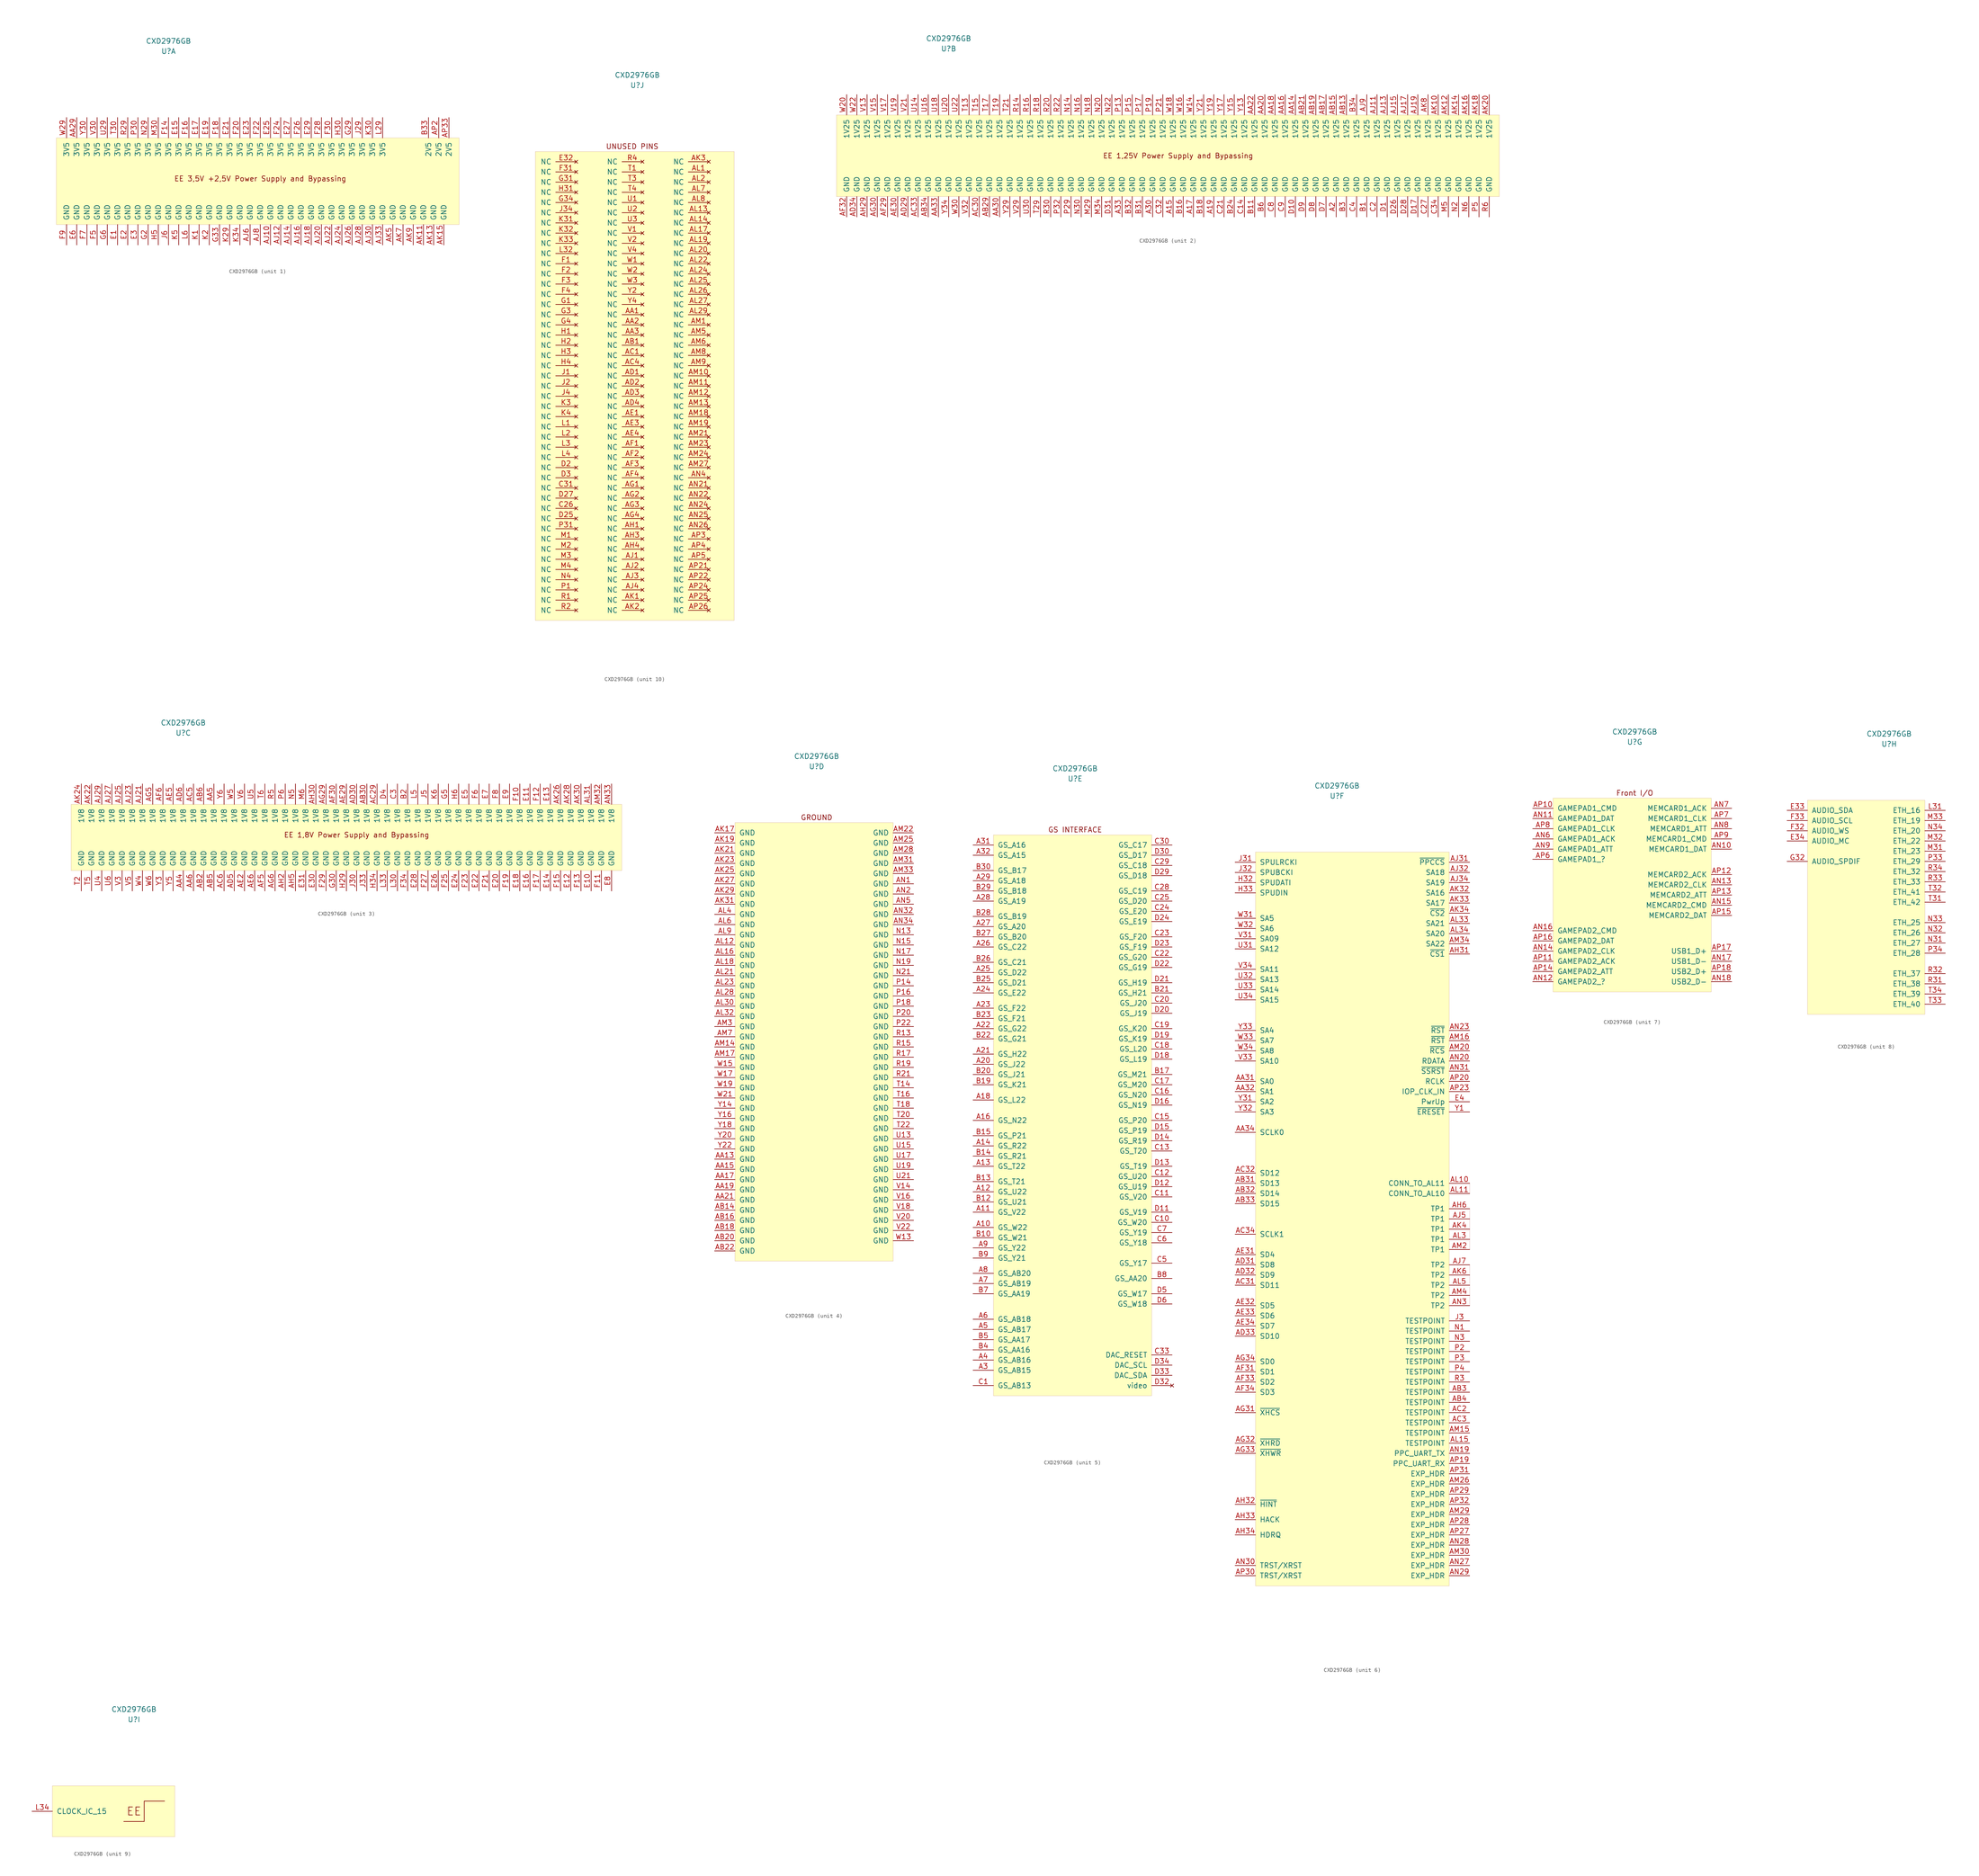
<source format=kicad_sym>
(kicad_symbol_lib
  (version 20220914)
  (generator kicad_symbol_editor)
  (symbol "CXD2976GB"
    (pin_names
      (offset 1.016))
    (property "Reference" "U"
      (at 25.4 16.51 0)
      (effects (font (size 1.27 1.27))))
    (property "Value" "CXD2976GB"
      (at 25.4 19.05 0)
      (effects (font (size 1.27 1.27))))
    (property "ki_locked" ""
      (at 0 0 0)
      (effects (font (size 1.27 1.27))))
    (symbol "CXD2976GB_1_0"
      (text "EE 3,5V +2,5V Power Supply and Bypassing" (at 48.26 -15.24 0) (effects (font (size 1.27 1.27))))
      (pin passive line (at 2.54 0 270) (length 5.08) (name "3V5" (effects (font (size 1.27 1.27)))) (number "AA29" (effects (font (size 1.27 1.27)))))
      (pin passive line (at 50.8 -31.75 90) (length 5.08) (name "GND" (effects (font (size 1.27 1.27)))) (number "AJ10" (effects (font (size 1.27 1.27)))))
      (pin passive line (at 53.34 -31.75 90) (length 5.08) (name "GND" (effects (font (size 1.27 1.27)))) (number "AJ12" (effects (font (size 1.27 1.27)))))
      (pin passive line (at 55.88 -31.75 90) (length 5.08) (name "GND" (effects (font (size 1.27 1.27)))) (number "AJ14" (effects (font (size 1.27 1.27)))))
      (pin passive line (at 58.42 -31.75 90) (length 5.08) (name "GND" (effects (font (size 1.27 1.27)))) (number "AJ16" (effects (font (size 1.27 1.27)))))
      (pin passive line (at 60.96 -31.75 90) (length 5.08) (name "GND" (effects (font (size 1.27 1.27)))) (number "AJ18" (effects (font (size 1.27 1.27)))))
      (pin passive line (at 63.5 -31.75 90) (length 5.08) (name "GND" (effects (font (size 1.27 1.27)))) (number "AJ20" (effects (font (size 1.27 1.27)))))
      (pin passive line (at 66.04 -31.75 90) (length 5.08) (name "GND" (effects (font (size 1.27 1.27)))) (number "AJ22" (effects (font (size 1.27 1.27)))))
      (pin passive line (at 68.58 -31.75 90) (length 5.08) (name "GND" (effects (font (size 1.27 1.27)))) (number "AJ24" (effects (font (size 1.27 1.27)))))
      (pin passive line (at 71.12 -31.75 90) (length 5.08) (name "GND" (effects (font (size 1.27 1.27)))) (number "AJ26" (effects (font (size 1.27 1.27)))))
      (pin passive line (at 73.66 -31.75 90) (length 5.08) (name "GND" (effects (font (size 1.27 1.27)))) (number "AJ28" (effects (font (size 1.27 1.27)))))
      (pin passive line (at 76.2 -31.75 90) (length 5.08) (name "GND" (effects (font (size 1.27 1.27)))) (number "AJ30" (effects (font (size 1.27 1.27)))))
      (pin passive line (at 78.74 -31.75 90) (length 5.08) (name "GND" (effects (font (size 1.27 1.27)))) (number "AJ33" (effects (font (size 1.27 1.27)))))
      (pin passive line (at 45.72 -31.75 90) (length 5.08) (name "GND" (effects (font (size 1.27 1.27)))) (number "AJ6" (effects (font (size 1.27 1.27)))))
      (pin passive line (at 48.26 -31.75 90) (length 5.08) (name "GND" (effects (font (size 1.27 1.27)))) (number "AJ8" (effects (font (size 1.27 1.27)))))
      (pin passive line (at 88.9 -31.75 90) (length 5.08) (name "GND" (effects (font (size 1.27 1.27)))) (number "AK11" (effects (font (size 1.27 1.27)))))
      (pin passive line (at 91.44 -31.75 90) (length 5.08) (name "GND" (effects (font (size 1.27 1.27)))) (number "AK13" (effects (font (size 1.27 1.27)))))
      (pin passive line (at 93.98 -31.75 90) (length 5.08) (name "GND" (effects (font (size 1.27 1.27)))) (number "AK15" (effects (font (size 1.27 1.27)))))
      (pin passive line (at 81.28 -31.75 90) (length 5.08) (name "GND" (effects (font (size 1.27 1.27)))) (number "AK5" (effects (font (size 1.27 1.27)))))
      (pin passive line (at 83.82 -31.75 90) (length 5.08) (name "GND" (effects (font (size 1.27 1.27)))) (number "AK7" (effects (font (size 1.27 1.27)))))
      (pin passive line (at 86.36 -31.75 90) (length 5.08) (name "GND" (effects (font (size 1.27 1.27)))) (number "AK9" (effects (font (size 1.27 1.27)))))
      (pin passive line (at 92.71 0 270) (length 5.08) (name "2V5" (effects (font (size 1.27 1.27)))) (number "AP2" (effects (font (size 1.27 1.27)))))
      (pin passive line (at 95.25 0 270) (length 5.08) (name "2V5" (effects (font (size 1.27 1.27)))) (number "AP33" (effects (font (size 1.27 1.27)))))
      (pin passive line (at 90.17 0 270) (length 5.08) (name "2V5" (effects (font (size 1.27 1.27)))) (number "B33" (effects (font (size 1.27 1.27)))))
      (pin passive line (at 12.7 -31.75 90) (length 5.08) (name "GND" (effects (font (size 1.27 1.27)))) (number "E1" (effects (font (size 1.27 1.27)))))
      (pin passive line (at 27.94 0 270) (length 5.08) (name "3V5" (effects (font (size 1.27 1.27)))) (number "E15" (effects (font (size 1.27 1.27)))))
      (pin passive line (at 33.02 0 270) (length 5.08) (name "3V5" (effects (font (size 1.27 1.27)))) (number "E17" (effects (font (size 1.27 1.27)))))
      (pin passive line (at 35.56 0 270) (length 5.08) (name "3V5" (effects (font (size 1.27 1.27)))) (number "E19" (effects (font (size 1.27 1.27)))))
      (pin passive line (at 15.24 -31.75 90) (length 5.08) (name "GND" (effects (font (size 1.27 1.27)))) (number "E2" (effects (font (size 1.27 1.27)))))
      (pin passive line (at 40.64 0 270) (length 5.08) (name "3V5" (effects (font (size 1.27 1.27)))) (number "E21" (effects (font (size 1.27 1.27)))))
      (pin passive line (at 45.72 0 270) (length 5.08) (name "3V5" (effects (font (size 1.27 1.27)))) (number "E23" (effects (font (size 1.27 1.27)))))
      (pin passive line (at 50.8 0 270) (length 5.08) (name "3V5" (effects (font (size 1.27 1.27)))) (number "E25" (effects (font (size 1.27 1.27)))))
      (pin passive line (at 55.88 0 270) (length 5.08) (name "3V5" (effects (font (size 1.27 1.27)))) (number "E27" (effects (font (size 1.27 1.27)))))
      (pin passive line (at 60.96 0 270) (length 5.08) (name "3V5" (effects (font (size 1.27 1.27)))) (number "E29" (effects (font (size 1.27 1.27)))))
      (pin passive line (at 17.78 -31.75 90) (length 5.08) (name "GND" (effects (font (size 1.27 1.27)))) (number "E3" (effects (font (size 1.27 1.27)))))
      (pin passive line (at 2.54 -31.75 90) (length 5.08) (name "GND" (effects (font (size 1.27 1.27)))) (number "E6" (effects (font (size 1.27 1.27)))))
      (pin passive line (at 25.4 0 270) (length 5.08) (name "3V5" (effects (font (size 1.27 1.27)))) (number "F14" (effects (font (size 1.27 1.27)))))
      (pin passive line (at 30.48 0 270) (length 5.08) (name "3V5" (effects (font (size 1.27 1.27)))) (number "F16" (effects (font (size 1.27 1.27)))))
      (pin passive line (at 38.1 0 270) (length 5.08) (name "3V5" (effects (font (size 1.27 1.27)))) (number "F18" (effects (font (size 1.27 1.27)))))
      (pin passive line (at 43.18 0 270) (length 5.08) (name "3V5" (effects (font (size 1.27 1.27)))) (number "F20" (effects (font (size 1.27 1.27)))))
      (pin passive line (at 48.26 0 270) (length 5.08) (name "3V5" (effects (font (size 1.27 1.27)))) (number "F22" (effects (font (size 1.27 1.27)))))
      (pin passive line (at 53.34 0 270) (length 5.08) (name "3V5" (effects (font (size 1.27 1.27)))) (number "F24" (effects (font (size 1.27 1.27)))))
      (pin passive line (at 58.42 0 270) (length 5.08) (name "3V5" (effects (font (size 1.27 1.27)))) (number "F26" (effects (font (size 1.27 1.27)))))
      (pin passive line (at 63.5 0 270) (length 5.08) (name "3V5" (effects (font (size 1.27 1.27)))) (number "F28" (effects (font (size 1.27 1.27)))))
      (pin passive line (at 66.04 0 270) (length 5.08) (name "3V5" (effects (font (size 1.27 1.27)))) (number "F30" (effects (font (size 1.27 1.27)))))
      (pin passive line (at 7.62 -31.75 90) (length 5.08) (name "GND" (effects (font (size 1.27 1.27)))) (number "F5" (effects (font (size 1.27 1.27)))))
      (pin passive line (at 5.08 -31.75 90) (length 5.08) (name "GND" (effects (font (size 1.27 1.27)))) (number "F7" (effects (font (size 1.27 1.27)))))
      (pin passive line (at 0 -31.75 90) (length 5.08) (name "GND" (effects (font (size 1.27 1.27)))) (number "F9" (effects (font (size 1.27 1.27)))))
      (pin passive line (at 20.32 -31.75 90) (length 5.08) (name "GND" (effects (font (size 1.27 1.27)))) (number "G2" (effects (font (size 1.27 1.27)))))
      (pin passive line (at 71.12 0 270) (length 5.08) (name "3V5" (effects (font (size 1.27 1.27)))) (number "G29" (effects (font (size 1.27 1.27)))))
      (pin passive line (at 38.1 -31.75 90) (length 5.08) (name "GND" (effects (font (size 1.27 1.27)))) (number "G33" (effects (font (size 1.27 1.27)))))
      (pin passive line (at 10.16 -31.75 90) (length 5.08) (name "GND" (effects (font (size 1.27 1.27)))) (number "G6" (effects (font (size 1.27 1.27)))))
      (pin passive line (at 68.58 0 270) (length 5.08) (name "3V5" (effects (font (size 1.27 1.27)))) (number "H30" (effects (font (size 1.27 1.27)))))
      (pin passive line (at 22.86 -31.75 90) (length 5.08) (name "GND" (effects (font (size 1.27 1.27)))) (number "H5" (effects (font (size 1.27 1.27)))))
      (pin passive line (at 73.66 0 270) (length 5.08) (name "3V5" (effects (font (size 1.27 1.27)))) (number "J29" (effects (font (size 1.27 1.27)))))
      (pin passive line (at 25.4 -31.75 90) (length 5.08) (name "GND" (effects (font (size 1.27 1.27)))) (number "J6" (effects (font (size 1.27 1.27)))))
      (pin passive line (at 33.02 -31.75 90) (length 5.08) (name "GND" (effects (font (size 1.27 1.27)))) (number "K1" (effects (font (size 1.27 1.27)))))
      (pin passive line (at 35.56 -31.75 90) (length 5.08) (name "GND" (effects (font (size 1.27 1.27)))) (number "K2" (effects (font (size 1.27 1.27)))))
      (pin passive line (at 40.64 -31.75 90) (length 5.08) (name "GND" (effects (font (size 1.27 1.27)))) (number "K29" (effects (font (size 1.27 1.27)))))
      (pin passive line (at 76.2 0 270) (length 5.08) (name "3V5" (effects (font (size 1.27 1.27)))) (number "K30" (effects (font (size 1.27 1.27)))))
      (pin passive line (at 43.18 -31.75 90) (length 5.08) (name "GND" (effects (font (size 1.27 1.27)))) (number "K34" (effects (font (size 1.27 1.27)))))
      (pin passive line (at 27.94 -31.75 90) (length 5.08) (name "GND" (effects (font (size 1.27 1.27)))) (number "K5" (effects (font (size 1.27 1.27)))))
      (pin passive line (at 78.74 0 270) (length 5.08) (name "3V5" (effects (font (size 1.27 1.27)))) (number "L29" (effects (font (size 1.27 1.27)))))
      (pin passive line (at 30.48 -31.75 90) (length 5.08) (name "GND" (effects (font (size 1.27 1.27)))) (number "L6" (effects (font (size 1.27 1.27)))))
      (pin passive line (at 22.86 0 270) (length 5.08) (name "3V5" (effects (font (size 1.27 1.27)))) (number "M30" (effects (font (size 1.27 1.27)))))
      (pin passive line (at 20.32 0 270) (length 5.08) (name "3V5" (effects (font (size 1.27 1.27)))) (number "N29" (effects (font (size 1.27 1.27)))))
      (pin passive line (at 17.78 0 270) (length 5.08) (name "3V5" (effects (font (size 1.27 1.27)))) (number "P30" (effects (font (size 1.27 1.27)))))
      (pin passive line (at 15.24 0 270) (length 5.08) (name "3V5" (effects (font (size 1.27 1.27)))) (number "R29" (effects (font (size 1.27 1.27)))))
      (pin passive line (at 12.7 0 270) (length 5.08) (name "3V5" (effects (font (size 1.27 1.27)))) (number "T30" (effects (font (size 1.27 1.27)))))
      (pin passive line (at 10.16 0 270) (length 5.08) (name "3V5" (effects (font (size 1.27 1.27)))) (number "U29" (effects (font (size 1.27 1.27)))))
      (pin passive line (at 7.62 0 270) (length 5.08) (name "3V5" (effects (font (size 1.27 1.27)))) (number "V30" (effects (font (size 1.27 1.27)))))
      (pin passive line (at 0 0 270) (length 5.08) (name "3V5" (effects (font (size 1.27 1.27)))) (number "W29" (effects (font (size 1.27 1.27)))))
      (pin passive line (at 5.08 0 270) (length 5.08) (name "3V5" (effects (font (size 1.27 1.27)))) (number "Y30" (effects (font (size 1.27 1.27))))))
    (symbol "CXD2976GB_1_1"
      (rectangle (start -2.54 -5.08) (end 97.79 -26.67) (stroke (width 0.001) (type default)) (fill (type background))))
    (symbol "CXD2976GB_2_0"
      (text "EE 1,25V Power Supply and Bypassing" (at 82.55 -10.16 0) (effects (font (size 1.27 1.27))))
      (pin passive line (at 81.28 -25.4 90) (length 5.08) (name "GND" (effects (font (size 1.27 1.27)))) (number "A15" (effects (font (size 1.27 1.27)))))
      (pin passive line (at 86.36 -25.4 90) (length 5.08) (name "GND" (effects (font (size 1.27 1.27)))) (number "A17" (effects (font (size 1.27 1.27)))))
      (pin passive line (at 91.44 -25.4 90) (length 5.08) (name "GND" (effects (font (size 1.27 1.27)))) (number "A19" (effects (font (size 1.27 1.27)))))
      (pin passive line (at 121.92 -25.4 90) (length 5.08) (name "GND" (effects (font (size 1.27 1.27)))) (number "A2" (effects (font (size 1.27 1.27)))))
      (pin passive line (at 76.2 -25.4 90) (length 5.08) (name "GND" (effects (font (size 1.27 1.27)))) (number "A30" (effects (font (size 1.27 1.27)))))
      (pin passive line (at 68.58 -25.4 90) (length 5.08) (name "GND" (effects (font (size 1.27 1.27)))) (number "A33" (effects (font (size 1.27 1.27)))))
      (pin passive line (at 111.76 5.08 270) (length 5.08) (name "1V25" (effects (font (size 1.27 1.27)))) (number "AA14" (effects (font (size 1.27 1.27)))))
      (pin passive line (at 109.22 5.08 270) (length 5.08) (name "1V25" (effects (font (size 1.27 1.27)))) (number "AA16" (effects (font (size 1.27 1.27)))))
      (pin passive line (at 106.68 5.08 270) (length 5.08) (name "1V25" (effects (font (size 1.27 1.27)))) (number "AA18" (effects (font (size 1.27 1.27)))))
      (pin passive line (at 104.14 5.08 270) (length 5.08) (name "1V25" (effects (font (size 1.27 1.27)))) (number "AA20" (effects (font (size 1.27 1.27)))))
      (pin passive line (at 101.6 5.08 270) (length 5.08) (name "1V25" (effects (font (size 1.27 1.27)))) (number "AA22" (effects (font (size 1.27 1.27)))))
      (pin passive line (at 38.1 -25.4 90) (length 5.08) (name "GND" (effects (font (size 1.27 1.27)))) (number "AA30" (effects (font (size 1.27 1.27)))))
      (pin passive line (at 22.86 -25.4 90) (length 5.08) (name "GND" (effects (font (size 1.27 1.27)))) (number "AA33" (effects (font (size 1.27 1.27)))))
      (pin passive line (at 124.46 5.08 270) (length 5.08) (name "1V25" (effects (font (size 1.27 1.27)))) (number "AB13" (effects (font (size 1.27 1.27)))))
      (pin passive line (at 121.92 5.08 270) (length 5.08) (name "1V25" (effects (font (size 1.27 1.27)))) (number "AB15" (effects (font (size 1.27 1.27)))))
      (pin passive line (at 119.38 5.08 270) (length 5.08) (name "1V25" (effects (font (size 1.27 1.27)))) (number "AB17" (effects (font (size 1.27 1.27)))))
      (pin passive line (at 116.84 5.08 270) (length 5.08) (name "1V25" (effects (font (size 1.27 1.27)))) (number "AB19" (effects (font (size 1.27 1.27)))))
      (pin passive line (at 114.3 5.08 270) (length 5.08) (name "1V25" (effects (font (size 1.27 1.27)))) (number "AB21" (effects (font (size 1.27 1.27)))))
      (pin passive line (at 35.56 -25.4 90) (length 5.08) (name "GND" (effects (font (size 1.27 1.27)))) (number "AB29" (effects (font (size 1.27 1.27)))))
      (pin passive line (at 20.32 -25.4 90) (length 5.08) (name "GND" (effects (font (size 1.27 1.27)))) (number "AB34" (effects (font (size 1.27 1.27)))))
      (pin passive line (at 33.02 -25.4 90) (length 5.08) (name "GND" (effects (font (size 1.27 1.27)))) (number "AC30" (effects (font (size 1.27 1.27)))))
      (pin passive line (at 17.78 -25.4 90) (length 5.08) (name "GND" (effects (font (size 1.27 1.27)))) (number "AC33" (effects (font (size 1.27 1.27)))))
      (pin passive line (at 15.24 -25.4 90) (length 5.08) (name "GND" (effects (font (size 1.27 1.27)))) (number "AD29" (effects (font (size 1.27 1.27)))))
      (pin passive line (at 2.54 -25.4 90) (length 5.08) (name "GND" (effects (font (size 1.27 1.27)))) (number "AD34" (effects (font (size 1.27 1.27)))))
      (pin passive line (at 12.7 -25.4 90) (length 5.08) (name "GND" (effects (font (size 1.27 1.27)))) (number "AE30" (effects (font (size 1.27 1.27)))))
      (pin passive line (at 10.16 -25.4 90) (length 5.08) (name "GND" (effects (font (size 1.27 1.27)))) (number "AF29" (effects (font (size 1.27 1.27)))))
      (pin passive line (at 0 -25.4 90) (length 5.08) (name "GND" (effects (font (size 1.27 1.27)))) (number "AF32" (effects (font (size 1.27 1.27)))))
      (pin passive line (at 7.62 -25.4 90) (length 5.08) (name "GND" (effects (font (size 1.27 1.27)))) (number "AG30" (effects (font (size 1.27 1.27)))))
      (pin passive line (at 5.08 -25.4 90) (length 5.08) (name "GND" (effects (font (size 1.27 1.27)))) (number "AH29" (effects (font (size 1.27 1.27)))))
      (pin passive line (at 132.08 5.08 270) (length 5.08) (name "1V25" (effects (font (size 1.27 1.27)))) (number "AJ11" (effects (font (size 1.27 1.27)))))
      (pin passive line (at 134.62 5.08 270) (length 5.08) (name "1V25" (effects (font (size 1.27 1.27)))) (number "AJ13" (effects (font (size 1.27 1.27)))))
      (pin passive line (at 137.16 5.08 270) (length 5.08) (name "1V25" (effects (font (size 1.27 1.27)))) (number "AJ15" (effects (font (size 1.27 1.27)))))
      (pin passive line (at 139.7 5.08 270) (length 5.08) (name "1V25" (effects (font (size 1.27 1.27)))) (number "AJ17" (effects (font (size 1.27 1.27)))))
      (pin passive line (at 142.24 5.08 270) (length 5.08) (name "1V25" (effects (font (size 1.27 1.27)))) (number "AJ19" (effects (font (size 1.27 1.27)))))
      (pin passive line (at 129.54 5.08 270) (length 5.08) (name "1V25" (effects (font (size 1.27 1.27)))) (number "AJ9" (effects (font (size 1.27 1.27)))))
      (pin passive line (at 147.32 5.08 270) (length 5.08) (name "1V25" (effects (font (size 1.27 1.27)))) (number "AK10" (effects (font (size 1.27 1.27)))))
      (pin passive line (at 149.86 5.08 270) (length 5.08) (name "1V25" (effects (font (size 1.27 1.27)))) (number "AK12" (effects (font (size 1.27 1.27)))))
      (pin passive line (at 152.4 5.08 270) (length 5.08) (name "1V25" (effects (font (size 1.27 1.27)))) (number "AK14" (effects (font (size 1.27 1.27)))))
      (pin passive line (at 154.94 5.08 270) (length 5.08) (name "1V25" (effects (font (size 1.27 1.27)))) (number "AK16" (effects (font (size 1.27 1.27)))))
      (pin passive line (at 157.48 5.08 270) (length 5.08) (name "1V25" (effects (font (size 1.27 1.27)))) (number "AK18" (effects (font (size 1.27 1.27)))))
      (pin passive line (at 160.02 5.08 270) (length 5.08) (name "1V25" (effects (font (size 1.27 1.27)))) (number "AK20" (effects (font (size 1.27 1.27)))))
      (pin passive line (at 144.78 5.08 270) (length 5.08) (name "1V25" (effects (font (size 1.27 1.27)))) (number "AK8" (effects (font (size 1.27 1.27)))))
      (pin passive line (at 129.54 -25.4 90) (length 5.08) (name "GND" (effects (font (size 1.27 1.27)))) (number "B1" (effects (font (size 1.27 1.27)))))
      (pin passive line (at 101.6 -25.4 90) (length 5.08) (name "GND" (effects (font (size 1.27 1.27)))) (number "B11" (effects (font (size 1.27 1.27)))))
      (pin passive line (at 83.82 -25.4 90) (length 5.08) (name "GND" (effects (font (size 1.27 1.27)))) (number "B16" (effects (font (size 1.27 1.27)))))
      (pin passive line (at 88.9 -25.4 90) (length 5.08) (name "GND" (effects (font (size 1.27 1.27)))) (number "B18" (effects (font (size 1.27 1.27)))))
      (pin passive line (at 96.52 -25.4 90) (length 5.08) (name "GND" (effects (font (size 1.27 1.27)))) (number "B24" (effects (font (size 1.27 1.27)))))
      (pin passive line (at 124.46 -25.4 90) (length 5.08) (name "GND" (effects (font (size 1.27 1.27)))) (number "B3" (effects (font (size 1.27 1.27)))))
      (pin passive line (at 73.66 -25.4 90) (length 5.08) (name "GND" (effects (font (size 1.27 1.27)))) (number "B31" (effects (font (size 1.27 1.27)))))
      (pin passive line (at 71.12 -25.4 90) (length 5.08) (name "GND" (effects (font (size 1.27 1.27)))) (number "B32" (effects (font (size 1.27 1.27)))))
      (pin passive line (at 127 5.08 270) (length 5.08) (name "1V25" (effects (font (size 1.27 1.27)))) (number "B34" (effects (font (size 1.27 1.27)))))
      (pin passive line (at 104.14 -25.4 90) (length 5.08) (name "GND" (effects (font (size 1.27 1.27)))) (number "B6" (effects (font (size 1.27 1.27)))))
      (pin passive line (at 99.06 -25.4 90) (length 5.08) (name "GND" (effects (font (size 1.27 1.27)))) (number "C14" (effects (font (size 1.27 1.27)))))
      (pin passive line (at 132.08 -25.4 90) (length 5.08) (name "GND" (effects (font (size 1.27 1.27)))) (number "C2" (effects (font (size 1.27 1.27)))))
      (pin passive line (at 93.98 -25.4 90) (length 5.08) (name "GND" (effects (font (size 1.27 1.27)))) (number "C21" (effects (font (size 1.27 1.27)))))
      (pin passive line (at 144.78 -25.4 90) (length 5.08) (name "GND" (effects (font (size 1.27 1.27)))) (number "C27" (effects (font (size 1.27 1.27)))))
      (pin passive line (at 78.74 -25.4 90) (length 5.08) (name "GND" (effects (font (size 1.27 1.27)))) (number "C32" (effects (font (size 1.27 1.27)))))
      (pin passive line (at 147.32 -25.4 90) (length 5.08) (name "GND" (effects (font (size 1.27 1.27)))) (number "C34" (effects (font (size 1.27 1.27)))))
      (pin passive line (at 127 -25.4 90) (length 5.08) (name "GND" (effects (font (size 1.27 1.27)))) (number "C4" (effects (font (size 1.27 1.27)))))
      (pin passive line (at 106.68 -25.4 90) (length 5.08) (name "GND" (effects (font (size 1.27 1.27)))) (number "C8" (effects (font (size 1.27 1.27)))))
      (pin passive line (at 109.22 -25.4 90) (length 5.08) (name "GND" (effects (font (size 1.27 1.27)))) (number "C9" (effects (font (size 1.27 1.27)))))
      (pin passive line (at 134.62 -25.4 90) (length 5.08) (name "GND" (effects (font (size 1.27 1.27)))) (number "D1" (effects (font (size 1.27 1.27)))))
      (pin passive line (at 111.76 -25.4 90) (length 5.08) (name "GND" (effects (font (size 1.27 1.27)))) (number "D10" (effects (font (size 1.27 1.27)))))
      (pin passive line (at 142.24 -25.4 90) (length 5.08) (name "GND" (effects (font (size 1.27 1.27)))) (number "D17" (effects (font (size 1.27 1.27)))))
      (pin passive line (at 137.16 -25.4 90) (length 5.08) (name "GND" (effects (font (size 1.27 1.27)))) (number "D26" (effects (font (size 1.27 1.27)))))
      (pin passive line (at 139.7 -25.4 90) (length 5.08) (name "GND" (effects (font (size 1.27 1.27)))) (number "D28" (effects (font (size 1.27 1.27)))))
      (pin passive line (at 66.04 -25.4 90) (length 5.08) (name "GND" (effects (font (size 1.27 1.27)))) (number "D31" (effects (font (size 1.27 1.27)))))
      (pin passive line (at 119.38 -25.4 90) (length 5.08) (name "GND" (effects (font (size 1.27 1.27)))) (number "D7" (effects (font (size 1.27 1.27)))))
      (pin passive line (at 116.84 -25.4 90) (length 5.08) (name "GND" (effects (font (size 1.27 1.27)))) (number "D8" (effects (font (size 1.27 1.27)))))
      (pin passive line (at 114.3 -25.4 90) (length 5.08) (name "GND" (effects (font (size 1.27 1.27)))) (number "D9" (effects (font (size 1.27 1.27)))))
      (pin passive line (at 60.96 -25.4 90) (length 5.08) (name "GND" (effects (font (size 1.27 1.27)))) (number "M29" (effects (font (size 1.27 1.27)))))
      (pin passive line (at 63.5 -25.4 90) (length 5.08) (name "GND" (effects (font (size 1.27 1.27)))) (number "M34" (effects (font (size 1.27 1.27)))))
      (pin passive line (at 149.86 -25.4 90) (length 5.08) (name "GND" (effects (font (size 1.27 1.27)))) (number "M5" (effects (font (size 1.27 1.27)))))
      (pin passive line (at 55.88 5.08 270) (length 5.08) (name "1V25" (effects (font (size 1.27 1.27)))) (number "N14" (effects (font (size 1.27 1.27)))))
      (pin passive line (at 58.42 5.08 270) (length 5.08) (name "1V25" (effects (font (size 1.27 1.27)))) (number "N16" (effects (font (size 1.27 1.27)))))
      (pin passive line (at 60.96 5.08 270) (length 5.08) (name "1V25" (effects (font (size 1.27 1.27)))) (number "N18" (effects (font (size 1.27 1.27)))))
      (pin passive line (at 152.4 -25.4 90) (length 5.08) (name "GND" (effects (font (size 1.27 1.27)))) (number "N2" (effects (font (size 1.27 1.27)))))
      (pin passive line (at 63.5 5.08 270) (length 5.08) (name "1V25" (effects (font (size 1.27 1.27)))) (number "N20" (effects (font (size 1.27 1.27)))))
      (pin passive line (at 66.04 5.08 270) (length 5.08) (name "1V25" (effects (font (size 1.27 1.27)))) (number "N22" (effects (font (size 1.27 1.27)))))
      (pin passive line (at 58.42 -25.4 90) (length 5.08) (name "GND" (effects (font (size 1.27 1.27)))) (number "N30" (effects (font (size 1.27 1.27)))))
      (pin passive line (at 154.94 -25.4 90) (length 5.08) (name "GND" (effects (font (size 1.27 1.27)))) (number "N6" (effects (font (size 1.27 1.27)))))
      (pin passive line (at 68.58 5.08 270) (length 5.08) (name "1V25" (effects (font (size 1.27 1.27)))) (number "P13" (effects (font (size 1.27 1.27)))))
      (pin passive line (at 71.12 5.08 270) (length 5.08) (name "1V25" (effects (font (size 1.27 1.27)))) (number "P15" (effects (font (size 1.27 1.27)))))
      (pin passive line (at 73.66 5.08 270) (length 5.08) (name "1V25" (effects (font (size 1.27 1.27)))) (number "P17" (effects (font (size 1.27 1.27)))))
      (pin passive line (at 76.2 5.08 270) (length 5.08) (name "1V25" (effects (font (size 1.27 1.27)))) (number "P19" (effects (font (size 1.27 1.27)))))
      (pin passive line (at 78.74 5.08 270) (length 5.08) (name "1V25" (effects (font (size 1.27 1.27)))) (number "P21" (effects (font (size 1.27 1.27)))))
      (pin passive line (at 55.88 -25.4 90) (length 5.08) (name "GND" (effects (font (size 1.27 1.27)))) (number "P29" (effects (font (size 1.27 1.27)))))
      (pin passive line (at 53.34 -25.4 90) (length 5.08) (name "GND" (effects (font (size 1.27 1.27)))) (number "P32" (effects (font (size 1.27 1.27)))))
      (pin passive line (at 157.48 -25.4 90) (length 5.08) (name "GND" (effects (font (size 1.27 1.27)))) (number "P5" (effects (font (size 1.27 1.27)))))
      (pin passive line (at 43.18 5.08 270) (length 5.08) (name "1V25" (effects (font (size 1.27 1.27)))) (number "R14" (effects (font (size 1.27 1.27)))))
      (pin passive line (at 45.72 5.08 270) (length 5.08) (name "1V25" (effects (font (size 1.27 1.27)))) (number "R16" (effects (font (size 1.27 1.27)))))
      (pin passive line (at 48.26 5.08 270) (length 5.08) (name "1V25" (effects (font (size 1.27 1.27)))) (number "R18" (effects (font (size 1.27 1.27)))))
      (pin passive line (at 50.8 5.08 270) (length 5.08) (name "1V25" (effects (font (size 1.27 1.27)))) (number "R20" (effects (font (size 1.27 1.27)))))
      (pin passive line (at 53.34 5.08 270) (length 5.08) (name "1V25" (effects (font (size 1.27 1.27)))) (number "R22" (effects (font (size 1.27 1.27)))))
      (pin passive line (at 50.8 -25.4 90) (length 5.08) (name "GND" (effects (font (size 1.27 1.27)))) (number "R30" (effects (font (size 1.27 1.27)))))
      (pin passive line (at 160.02 -25.4 90) (length 5.08) (name "GND" (effects (font (size 1.27 1.27)))) (number "R6" (effects (font (size 1.27 1.27)))))
      (pin passive line (at 30.48 5.08 270) (length 5.08) (name "1V25" (effects (font (size 1.27 1.27)))) (number "T13" (effects (font (size 1.27 1.27)))))
      (pin passive line (at 33.02 5.08 270) (length 5.08) (name "1V25" (effects (font (size 1.27 1.27)))) (number "T15" (effects (font (size 1.27 1.27)))))
      (pin passive line (at 35.56 5.08 270) (length 5.08) (name "1V25" (effects (font (size 1.27 1.27)))) (number "T17" (effects (font (size 1.27 1.27)))))
      (pin passive line (at 38.1 5.08 270) (length 5.08) (name "1V25" (effects (font (size 1.27 1.27)))) (number "T19" (effects (font (size 1.27 1.27)))))
      (pin passive line (at 40.64 5.08 270) (length 5.08) (name "1V25" (effects (font (size 1.27 1.27)))) (number "T21" (effects (font (size 1.27 1.27)))))
      (pin passive line (at 48.26 -25.4 90) (length 5.08) (name "GND" (effects (font (size 1.27 1.27)))) (number "T29" (effects (font (size 1.27 1.27)))))
      (pin passive line (at 17.78 5.08 270) (length 5.08) (name "1V25" (effects (font (size 1.27 1.27)))) (number "U14" (effects (font (size 1.27 1.27)))))
      (pin passive line (at 20.32 5.08 270) (length 5.08) (name "1V25" (effects (font (size 1.27 1.27)))) (number "U16" (effects (font (size 1.27 1.27)))))
      (pin passive line (at 22.86 5.08 270) (length 5.08) (name "1V25" (effects (font (size 1.27 1.27)))) (number "U18" (effects (font (size 1.27 1.27)))))
      (pin passive line (at 25.4 5.08 270) (length 5.08) (name "1V25" (effects (font (size 1.27 1.27)))) (number "U20" (effects (font (size 1.27 1.27)))))
      (pin passive line (at 27.94 5.08 270) (length 5.08) (name "1V25" (effects (font (size 1.27 1.27)))) (number "U22" (effects (font (size 1.27 1.27)))))
      (pin passive line (at 45.72 -25.4 90) (length 5.08) (name "GND" (effects (font (size 1.27 1.27)))) (number "U30" (effects (font (size 1.27 1.27)))))
      (pin passive line (at 5.08 5.08 270) (length 5.08) (name "1V25" (effects (font (size 1.27 1.27)))) (number "V13" (effects (font (size 1.27 1.27)))))
      (pin passive line (at 7.62 5.08 270) (length 5.08) (name "1V25" (effects (font (size 1.27 1.27)))) (number "V15" (effects (font (size 1.27 1.27)))))
      (pin passive line (at 10.16 5.08 270) (length 5.08) (name "1V25" (effects (font (size 1.27 1.27)))) (number "V17" (effects (font (size 1.27 1.27)))))
      (pin passive line (at 12.7 5.08 270) (length 5.08) (name "1V25" (effects (font (size 1.27 1.27)))) (number "V19" (effects (font (size 1.27 1.27)))))
      (pin passive line (at 15.24 5.08 270) (length 5.08) (name "1V25" (effects (font (size 1.27 1.27)))) (number "V21" (effects (font (size 1.27 1.27)))))
      (pin passive line (at 43.18 -25.4 90) (length 5.08) (name "GND" (effects (font (size 1.27 1.27)))) (number "V29" (effects (font (size 1.27 1.27)))))
      (pin passive line (at 30.48 -25.4 90) (length 5.08) (name "GND" (effects (font (size 1.27 1.27)))) (number "V32" (effects (font (size 1.27 1.27)))))
      (pin passive line (at 86.36 5.08 270) (length 5.08) (name "1V25" (effects (font (size 1.27 1.27)))) (number "W14" (effects (font (size 1.27 1.27)))))
      (pin passive line (at 83.82 5.08 270) (length 5.08) (name "1V25" (effects (font (size 1.27 1.27)))) (number "W16" (effects (font (size 1.27 1.27)))))
      (pin passive line (at 81.28 5.08 270) (length 5.08) (name "1V25" (effects (font (size 1.27 1.27)))) (number "W18" (effects (font (size 1.27 1.27)))))
      (pin passive line (at 0 5.08 270) (length 5.08) (name "1V25" (effects (font (size 1.27 1.27)))) (number "W20" (effects (font (size 1.27 1.27)))))
      (pin passive line (at 2.54 5.08 270) (length 5.08) (name "1V25" (effects (font (size 1.27 1.27)))) (number "W22" (effects (font (size 1.27 1.27)))))
      (pin passive line (at 27.94 -25.4 90) (length 5.08) (name "GND" (effects (font (size 1.27 1.27)))) (number "W30" (effects (font (size 1.27 1.27)))))
      (pin passive line (at 99.06 5.08 270) (length 5.08) (name "1V25" (effects (font (size 1.27 1.27)))) (number "Y13" (effects (font (size 1.27 1.27)))))
      (pin passive line (at 96.52 5.08 270) (length 5.08) (name "1V25" (effects (font (size 1.27 1.27)))) (number "Y15" (effects (font (size 1.27 1.27)))))
      (pin passive line (at 93.98 5.08 270) (length 5.08) (name "1V25" (effects (font (size 1.27 1.27)))) (number "Y17" (effects (font (size 1.27 1.27)))))
      (pin passive line (at 91.44 5.08 270) (length 5.08) (name "1V25" (effects (font (size 1.27 1.27)))) (number "Y19" (effects (font (size 1.27 1.27)))))
      (pin passive line (at 88.9 5.08 270) (length 5.08) (name "1V25" (effects (font (size 1.27 1.27)))) (number "Y21" (effects (font (size 1.27 1.27)))))
      (pin passive line (at 40.64 -25.4 90) (length 5.08) (name "GND" (effects (font (size 1.27 1.27)))) (number "Y29" (effects (font (size 1.27 1.27)))))
      (pin passive line (at 25.4 -25.4 90) (length 5.08) (name "GND" (effects (font (size 1.27 1.27)))) (number "Y34" (effects (font (size 1.27 1.27))))))
    (symbol "CXD2976GB_2_1"
      (rectangle (start -2.54 0) (end 162.56 -20.32) (stroke (width 0.001) (type default)) (fill (type background))))
    (symbol "CXD2976GB_3_0"
      (rectangle (start -2.54 -1.27) (end 134.62 -17.78) (stroke (width 0.001) (type default)) (fill (type background)))
      (text "EE 1,8V Power Supply and Bypassing" (at 68.58 -8.89 0) (effects (font (size 1.27 1.27))))
      (pin passive line (at 25.4 -22.86 90) (length 5.08) (name "GND" (effects (font (size 1.27 1.27)))) (number "AA4" (effects (font (size 1.27 1.27)))))
      (pin passive line (at 33.02 3.81 270) (length 5.08) (name "1V8" (effects (font (size 1.27 1.27)))) (number "AA5" (effects (font (size 1.27 1.27)))))
      (pin passive line (at 27.94 -22.86 90) (length 5.08) (name "GND" (effects (font (size 1.27 1.27)))) (number "AA6" (effects (font (size 1.27 1.27)))))
      (pin passive line (at 30.48 -22.86 90) (length 5.08) (name "GND" (effects (font (size 1.27 1.27)))) (number "AB2" (effects (font (size 1.27 1.27)))))
      (pin passive line (at 71.12 3.81 270) (length 5.08) (name "1V8" (effects (font (size 1.27 1.27)))) (number "AB30" (effects (font (size 1.27 1.27)))))
      (pin passive line (at 33.02 -22.86 90) (length 5.08) (name "GND" (effects (font (size 1.27 1.27)))) (number "AB5" (effects (font (size 1.27 1.27)))))
      (pin passive line (at 30.48 3.81 270) (length 5.08) (name "1V8" (effects (font (size 1.27 1.27)))) (number "AB6" (effects (font (size 1.27 1.27)))))
      (pin passive line (at 73.66 3.81 270) (length 5.08) (name "1V8" (effects (font (size 1.27 1.27)))) (number "AC29" (effects (font (size 1.27 1.27)))))
      (pin passive line (at 27.94 3.81 270) (length 5.08) (name "1V8" (effects (font (size 1.27 1.27)))) (number "AC5" (effects (font (size 1.27 1.27)))))
      (pin passive line (at 35.56 -22.86 90) (length 5.08) (name "GND" (effects (font (size 1.27 1.27)))) (number "AC6" (effects (font (size 1.27 1.27)))))
      (pin passive line (at 68.58 3.81 270) (length 5.08) (name "1V8" (effects (font (size 1.27 1.27)))) (number "AD30" (effects (font (size 1.27 1.27)))))
      (pin passive line (at 38.1 -22.86 90) (length 5.08) (name "GND" (effects (font (size 1.27 1.27)))) (number "AD5" (effects (font (size 1.27 1.27)))))
      (pin passive line (at 25.4 3.81 270) (length 5.08) (name "1V8" (effects (font (size 1.27 1.27)))) (number "AD6" (effects (font (size 1.27 1.27)))))
      (pin passive line (at 40.64 -22.86 90) (length 5.08) (name "GND" (effects (font (size 1.27 1.27)))) (number "AE2" (effects (font (size 1.27 1.27)))))
      (pin passive line (at 66.04 3.81 270) (length 5.08) (name "1V8" (effects (font (size 1.27 1.27)))) (number "AE29" (effects (font (size 1.27 1.27)))))
      (pin passive line (at 22.86 3.81 270) (length 5.08) (name "1V8" (effects (font (size 1.27 1.27)))) (number "AE5" (effects (font (size 1.27 1.27)))))
      (pin passive line (at 43.18 -22.86 90) (length 5.08) (name "GND" (effects (font (size 1.27 1.27)))) (number "AE6" (effects (font (size 1.27 1.27)))))
      (pin passive line (at 63.5 3.81 270) (length 5.08) (name "1V8" (effects (font (size 1.27 1.27)))) (number "AF30" (effects (font (size 1.27 1.27)))))
      (pin passive line (at 45.72 -22.86 90) (length 5.08) (name "GND" (effects (font (size 1.27 1.27)))) (number "AF5" (effects (font (size 1.27 1.27)))))
      (pin passive line (at 20.32 3.81 270) (length 5.08) (name "1V8" (effects (font (size 1.27 1.27)))) (number "AF6" (effects (font (size 1.27 1.27)))))
      (pin passive line (at 60.96 3.81 270) (length 5.08) (name "1V8" (effects (font (size 1.27 1.27)))) (number "AG29" (effects (font (size 1.27 1.27)))))
      (pin passive line (at 17.78 3.81 270) (length 5.08) (name "1V8" (effects (font (size 1.27 1.27)))) (number "AG5" (effects (font (size 1.27 1.27)))))
      (pin passive line (at 48.26 -22.86 90) (length 5.08) (name "GND" (effects (font (size 1.27 1.27)))) (number "AG6" (effects (font (size 1.27 1.27)))))
      (pin passive line (at 50.8 -22.86 90) (length 5.08) (name "GND" (effects (font (size 1.27 1.27)))) (number "AH2" (effects (font (size 1.27 1.27)))))
      (pin passive line (at 58.42 3.81 270) (length 5.08) (name "1V8" (effects (font (size 1.27 1.27)))) (number "AH30" (effects (font (size 1.27 1.27)))))
      (pin passive line (at 53.34 -22.86 90) (length 5.08) (name "GND" (effects (font (size 1.27 1.27)))) (number "AH5" (effects (font (size 1.27 1.27)))))
      (pin passive line (at 15.24 3.81 270) (length 5.08) (name "1V8" (effects (font (size 1.27 1.27)))) (number "AJ21" (effects (font (size 1.27 1.27)))))
      (pin passive line (at 12.7 3.81 270) (length 5.08) (name "1V8" (effects (font (size 1.27 1.27)))) (number "AJ23" (effects (font (size 1.27 1.27)))))
      (pin passive line (at 10.16 3.81 270) (length 5.08) (name "1V8" (effects (font (size 1.27 1.27)))) (number "AJ25" (effects (font (size 1.27 1.27)))))
      (pin passive line (at 7.62 3.81 270) (length 5.08) (name "1V8" (effects (font (size 1.27 1.27)))) (number "AJ27" (effects (font (size 1.27 1.27)))))
      (pin passive line (at 5.08 3.81 270) (length 5.08) (name "1V8" (effects (font (size 1.27 1.27)))) (number "AJ29" (effects (font (size 1.27 1.27)))))
      (pin passive line (at 2.54 3.81 270) (length 5.08) (name "1V8" (effects (font (size 1.27 1.27)))) (number "AK22" (effects (font (size 1.27 1.27)))))
      (pin passive line (at 0 3.81 270) (length 5.08) (name "1V8" (effects (font (size 1.27 1.27)))) (number "AK24" (effects (font (size 1.27 1.27)))))
      (pin passive line (at 119.38 3.81 270) (length 5.08) (name "1V8" (effects (font (size 1.27 1.27)))) (number "AK26" (effects (font (size 1.27 1.27)))))
      (pin passive line (at 121.92 3.81 270) (length 5.08) (name "1V8" (effects (font (size 1.27 1.27)))) (number "AK28" (effects (font (size 1.27 1.27)))))
      (pin passive line (at 124.46 3.81 270) (length 5.08) (name "1V8" (effects (font (size 1.27 1.27)))) (number "AK30" (effects (font (size 1.27 1.27)))))
      (pin passive line (at 127 3.81 270) (length 5.08) (name "1V8" (effects (font (size 1.27 1.27)))) (number "AL31" (effects (font (size 1.27 1.27)))))
      (pin passive line (at 129.54 3.81 270) (length 5.08) (name "1V8" (effects (font (size 1.27 1.27)))) (number "AM32" (effects (font (size 1.27 1.27)))))
      (pin passive line (at 132.08 3.81 270) (length 5.08) (name "1V8" (effects (font (size 1.27 1.27)))) (number "AN33" (effects (font (size 1.27 1.27)))))
      (pin passive line (at 81.28 3.81 270) (length 5.08) (name "1V8" (effects (font (size 1.27 1.27)))) (number "B2" (effects (font (size 1.27 1.27)))))
      (pin passive line (at 78.74 3.81 270) (length 5.08) (name "1V8" (effects (font (size 1.27 1.27)))) (number "C3" (effects (font (size 1.27 1.27)))))
      (pin passive line (at 76.2 3.81 270) (length 5.08) (name "1V8" (effects (font (size 1.27 1.27)))) (number "D4" (effects (font (size 1.27 1.27)))))
      (pin passive line (at 127 -22.86 90) (length 5.08) (name "GND" (effects (font (size 1.27 1.27)))) (number "E10" (effects (font (size 1.27 1.27)))))
      (pin passive line (at 111.76 3.81 270) (length 5.08) (name "1V8" (effects (font (size 1.27 1.27)))) (number "E11" (effects (font (size 1.27 1.27)))))
      (pin passive line (at 121.92 -22.86 90) (length 5.08) (name "GND" (effects (font (size 1.27 1.27)))) (number "E12" (effects (font (size 1.27 1.27)))))
      (pin passive line (at 116.84 3.81 270) (length 5.08) (name "1V8" (effects (font (size 1.27 1.27)))) (number "E13" (effects (font (size 1.27 1.27)))))
      (pin passive line (at 116.84 -22.86 90) (length 5.08) (name "GND" (effects (font (size 1.27 1.27)))) (number "E14" (effects (font (size 1.27 1.27)))))
      (pin passive line (at 111.76 -22.86 90) (length 5.08) (name "GND" (effects (font (size 1.27 1.27)))) (number "E16" (effects (font (size 1.27 1.27)))))
      (pin passive line (at 109.22 -22.86 90) (length 5.08) (name "GND" (effects (font (size 1.27 1.27)))) (number "E18" (effects (font (size 1.27 1.27)))))
      (pin passive line (at 104.14 -22.86 90) (length 5.08) (name "GND" (effects (font (size 1.27 1.27)))) (number "E20" (effects (font (size 1.27 1.27)))))
      (pin passive line (at 99.06 -22.86 90) (length 5.08) (name "GND" (effects (font (size 1.27 1.27)))) (number "E22" (effects (font (size 1.27 1.27)))))
      (pin passive line (at 93.98 -22.86 90) (length 5.08) (name "GND" (effects (font (size 1.27 1.27)))) (number "E24" (effects (font (size 1.27 1.27)))))
      (pin passive line (at 88.9 -22.86 90) (length 5.08) (name "GND" (effects (font (size 1.27 1.27)))) (number "E26" (effects (font (size 1.27 1.27)))))
      (pin passive line (at 83.82 -22.86 90) (length 5.08) (name "GND" (effects (font (size 1.27 1.27)))) (number "E28" (effects (font (size 1.27 1.27)))))
      (pin passive line (at 58.42 -22.86 90) (length 5.08) (name "GND" (effects (font (size 1.27 1.27)))) (number "E30" (effects (font (size 1.27 1.27)))))
      (pin passive line (at 55.88 -22.86 90) (length 5.08) (name "GND" (effects (font (size 1.27 1.27)))) (number "E31" (effects (font (size 1.27 1.27)))))
      (pin passive line (at 96.52 3.81 270) (length 5.08) (name "1V8" (effects (font (size 1.27 1.27)))) (number "E5" (effects (font (size 1.27 1.27)))))
      (pin passive line (at 101.6 3.81 270) (length 5.08) (name "1V8" (effects (font (size 1.27 1.27)))) (number "E7" (effects (font (size 1.27 1.27)))))
      (pin passive line (at 132.08 -22.86 90) (length 5.08) (name "GND" (effects (font (size 1.27 1.27)))) (number "E8" (effects (font (size 1.27 1.27)))))
      (pin passive line (at 106.68 3.81 270) (length 5.08) (name "1V8" (effects (font (size 1.27 1.27)))) (number "E9" (effects (font (size 1.27 1.27)))))
      (pin passive line (at 109.22 3.81 270) (length 5.08) (name "1V8" (effects (font (size 1.27 1.27)))) (number "F10" (effects (font (size 1.27 1.27)))))
      (pin passive line (at 129.54 -22.86 90) (length 5.08) (name "GND" (effects (font (size 1.27 1.27)))) (number "F11" (effects (font (size 1.27 1.27)))))
      (pin passive line (at 114.3 3.81 270) (length 5.08) (name "1V8" (effects (font (size 1.27 1.27)))) (number "F12" (effects (font (size 1.27 1.27)))))
      (pin passive line (at 124.46 -22.86 90) (length 5.08) (name "GND" (effects (font (size 1.27 1.27)))) (number "F13" (effects (font (size 1.27 1.27)))))
      (pin passive line (at 119.38 -22.86 90) (length 5.08) (name "GND" (effects (font (size 1.27 1.27)))) (number "F15" (effects (font (size 1.27 1.27)))))
      (pin passive line (at 114.3 -22.86 90) (length 5.08) (name "GND" (effects (font (size 1.27 1.27)))) (number "F17" (effects (font (size 1.27 1.27)))))
      (pin passive line (at 106.68 -22.86 90) (length 5.08) (name "GND" (effects (font (size 1.27 1.27)))) (number "F19" (effects (font (size 1.27 1.27)))))
      (pin passive line (at 101.6 -22.86 90) (length 5.08) (name "GND" (effects (font (size 1.27 1.27)))) (number "F21" (effects (font (size 1.27 1.27)))))
      (pin passive line (at 96.52 -22.86 90) (length 5.08) (name "GND" (effects (font (size 1.27 1.27)))) (number "F23" (effects (font (size 1.27 1.27)))))
      (pin passive line (at 91.44 -22.86 90) (length 5.08) (name "GND" (effects (font (size 1.27 1.27)))) (number "F25" (effects (font (size 1.27 1.27)))))
      (pin passive line (at 86.36 -22.86 90) (length 5.08) (name "GND" (effects (font (size 1.27 1.27)))) (number "F27" (effects (font (size 1.27 1.27)))))
      (pin passive line (at 60.96 -22.86 90) (length 5.08) (name "GND" (effects (font (size 1.27 1.27)))) (number "F29" (effects (font (size 1.27 1.27)))))
      (pin passive line (at 81.28 -22.86 90) (length 5.08) (name "GND" (effects (font (size 1.27 1.27)))) (number "F34" (effects (font (size 1.27 1.27)))))
      (pin passive line (at 99.06 3.81 270) (length 5.08) (name "1V8" (effects (font (size 1.27 1.27)))) (number "F6" (effects (font (size 1.27 1.27)))))
      (pin passive line (at 104.14 3.81 270) (length 5.08) (name "1V8" (effects (font (size 1.27 1.27)))) (number "F8" (effects (font (size 1.27 1.27)))))
      (pin passive line (at 63.5 -22.86 90) (length 5.08) (name "GND" (effects (font (size 1.27 1.27)))) (number "G30" (effects (font (size 1.27 1.27)))))
      (pin passive line (at 91.44 3.81 270) (length 5.08) (name "1V8" (effects (font (size 1.27 1.27)))) (number "G5" (effects (font (size 1.27 1.27)))))
      (pin passive line (at 66.04 -22.86 90) (length 5.08) (name "GND" (effects (font (size 1.27 1.27)))) (number "H29" (effects (font (size 1.27 1.27)))))
      (pin passive line (at 73.66 -22.86 90) (length 5.08) (name "GND" (effects (font (size 1.27 1.27)))) (number "H34" (effects (font (size 1.27 1.27)))))
      (pin passive line (at 93.98 3.81 270) (length 5.08) (name "1V8" (effects (font (size 1.27 1.27)))) (number "H6" (effects (font (size 1.27 1.27)))))
      (pin passive line (at 68.58 -22.86 90) (length 5.08) (name "GND" (effects (font (size 1.27 1.27)))) (number "J30" (effects (font (size 1.27 1.27)))))
      (pin passive line (at 71.12 -22.86 90) (length 5.08) (name "GND" (effects (font (size 1.27 1.27)))) (number "J33" (effects (font (size 1.27 1.27)))))
      (pin passive line (at 86.36 3.81 270) (length 5.08) (name "1V8" (effects (font (size 1.27 1.27)))) (number "J5" (effects (font (size 1.27 1.27)))))
      (pin passive line (at 88.9 3.81 270) (length 5.08) (name "1V8" (effects (font (size 1.27 1.27)))) (number "K6" (effects (font (size 1.27 1.27)))))
      (pin passive line (at 78.74 -22.86 90) (length 5.08) (name "GND" (effects (font (size 1.27 1.27)))) (number "L30" (effects (font (size 1.27 1.27)))))
      (pin passive line (at 76.2 -22.86 90) (length 5.08) (name "GND" (effects (font (size 1.27 1.27)))) (number "L33" (effects (font (size 1.27 1.27)))))
      (pin passive line (at 83.82 3.81 270) (length 5.08) (name "1V8" (effects (font (size 1.27 1.27)))) (number "L5" (effects (font (size 1.27 1.27)))))
      (pin passive line (at 55.88 3.81 270) (length 5.08) (name "1V8" (effects (font (size 1.27 1.27)))) (number "M6" (effects (font (size 1.27 1.27)))))
      (pin passive line (at 53.34 3.81 270) (length 5.08) (name "1V8" (effects (font (size 1.27 1.27)))) (number "N5" (effects (font (size 1.27 1.27)))))
      (pin passive line (at 50.8 3.81 270) (length 5.08) (name "1V8" (effects (font (size 1.27 1.27)))) (number "P6" (effects (font (size 1.27 1.27)))))
      (pin passive line (at 48.26 3.81 270) (length 5.08) (name "1V8" (effects (font (size 1.27 1.27)))) (number "R5" (effects (font (size 1.27 1.27)))))
      (pin passive line (at 0 -22.86 90) (length 5.08) (name "GND" (effects (font (size 1.27 1.27)))) (number "T2" (effects (font (size 1.27 1.27)))))
      (pin passive line (at 2.54 -22.86 90) (length 5.08) (name "GND" (effects (font (size 1.27 1.27)))) (number "T5" (effects (font (size 1.27 1.27)))))
      (pin passive line (at 45.72 3.81 270) (length 5.08) (name "1V8" (effects (font (size 1.27 1.27)))) (number "T6" (effects (font (size 1.27 1.27)))))
      (pin passive line (at 5.08 -22.86 90) (length 5.08) (name "GND" (effects (font (size 1.27 1.27)))) (number "U4" (effects (font (size 1.27 1.27)))))
      (pin passive line (at 43.18 3.81 270) (length 5.08) (name "1V8" (effects (font (size 1.27 1.27)))) (number "U5" (effects (font (size 1.27 1.27)))))
      (pin passive line (at 7.62 -22.86 90) (length 5.08) (name "GND" (effects (font (size 1.27 1.27)))) (number "U6" (effects (font (size 1.27 1.27)))))
      (pin passive line (at 10.16 -22.86 90) (length 5.08) (name "GND" (effects (font (size 1.27 1.27)))) (number "V3" (effects (font (size 1.27 1.27)))))
      (pin passive line (at 12.7 -22.86 90) (length 5.08) (name "GND" (effects (font (size 1.27 1.27)))) (number "V5" (effects (font (size 1.27 1.27)))))
      (pin passive line (at 40.64 3.81 270) (length 5.08) (name "1V8" (effects (font (size 1.27 1.27)))) (number "V6" (effects (font (size 1.27 1.27)))))
      (pin passive line (at 15.24 -22.86 90) (length 5.08) (name "GND" (effects (font (size 1.27 1.27)))) (number "W4" (effects (font (size 1.27 1.27)))))
      (pin passive line (at 38.1 3.81 270) (length 5.08) (name "1V8" (effects (font (size 1.27 1.27)))) (number "W5" (effects (font (size 1.27 1.27)))))
      (pin passive line (at 17.78 -22.86 90) (length 5.08) (name "GND" (effects (font (size 1.27 1.27)))) (number "W6" (effects (font (size 1.27 1.27)))))
      (pin passive line (at 20.32 -22.86 90) (length 5.08) (name "GND" (effects (font (size 1.27 1.27)))) (number "Y3" (effects (font (size 1.27 1.27)))))
      (pin passive line (at 22.86 -22.86 90) (length 5.08) (name "GND" (effects (font (size 1.27 1.27)))) (number "Y5" (effects (font (size 1.27 1.27)))))
      (pin passive line (at 35.56 3.81 270) (length 5.08) (name "1V8" (effects (font (size 1.27 1.27)))) (number "Y6" (effects (font (size 1.27 1.27))))))
    (symbol "CXD2976GB_4_0"
      (text "GROUND" (at 25.4 3.81 0) (effects (font (size 1.27 1.27))))
      (pin passive line (at 0 -81.28 0) (length 5.08) (name "GND" (effects (font (size 1.27 1.27)))) (number "AA13" (effects (font (size 1.27 1.27)))))
      (pin passive line (at 0 -83.82 0) (length 5.08) (name "GND" (effects (font (size 1.27 1.27)))) (number "AA15" (effects (font (size 1.27 1.27)))))
      (pin passive line (at 0 -86.36 0) (length 5.08) (name "GND" (effects (font (size 1.27 1.27)))) (number "AA17" (effects (font (size 1.27 1.27)))))
      (pin passive line (at 0 -88.9 0) (length 5.08) (name "GND" (effects (font (size 1.27 1.27)))) (number "AA19" (effects (font (size 1.27 1.27)))))
      (pin passive line (at 0 -91.44 0) (length 5.08) (name "GND" (effects (font (size 1.27 1.27)))) (number "AA21" (effects (font (size 1.27 1.27)))))
      (pin passive line (at 0 -93.98 0) (length 5.08) (name "GND" (effects (font (size 1.27 1.27)))) (number "AB14" (effects (font (size 1.27 1.27)))))
      (pin passive line (at 0 -96.52 0) (length 5.08) (name "GND" (effects (font (size 1.27 1.27)))) (number "AB16" (effects (font (size 1.27 1.27)))))
      (pin passive line (at 0 -99.06 0) (length 5.08) (name "GND" (effects (font (size 1.27 1.27)))) (number "AB18" (effects (font (size 1.27 1.27)))))
      (pin passive line (at 0 -101.6 0) (length 5.08) (name "GND" (effects (font (size 1.27 1.27)))) (number "AB20" (effects (font (size 1.27 1.27)))))
      (pin passive line (at 0 -104.14 0) (length 5.08) (name "GND" (effects (font (size 1.27 1.27)))) (number "AB22" (effects (font (size 1.27 1.27)))))
      (pin passive line (at 0 0 0) (length 5.08) (name "GND" (effects (font (size 1.27 1.27)))) (number "AK17" (effects (font (size 1.27 1.27)))))
      (pin passive line (at 0 -2.54 0) (length 5.08) (name "GND" (effects (font (size 1.27 1.27)))) (number "AK19" (effects (font (size 1.27 1.27)))))
      (pin passive line (at 0 -5.08 0) (length 5.08) (name "GND" (effects (font (size 1.27 1.27)))) (number "AK21" (effects (font (size 1.27 1.27)))))
      (pin passive line (at 0 -7.62 0) (length 5.08) (name "GND" (effects (font (size 1.27 1.27)))) (number "AK23" (effects (font (size 1.27 1.27)))))
      (pin passive line (at 0 -10.16 0) (length 5.08) (name "GND" (effects (font (size 1.27 1.27)))) (number "AK25" (effects (font (size 1.27 1.27)))))
      (pin passive line (at 0 -12.7 0) (length 5.08) (name "GND" (effects (font (size 1.27 1.27)))) (number "AK27" (effects (font (size 1.27 1.27)))))
      (pin passive line (at 0 -15.24 0) (length 5.08) (name "GND" (effects (font (size 1.27 1.27)))) (number "AK29" (effects (font (size 1.27 1.27)))))
      (pin passive line (at 0 -17.78 0) (length 5.08) (name "GND" (effects (font (size 1.27 1.27)))) (number "AK31" (effects (font (size 1.27 1.27)))))
      (pin passive line (at 0 -27.94 0) (length 5.08) (name "GND" (effects (font (size 1.27 1.27)))) (number "AL12" (effects (font (size 1.27 1.27)))))
      (pin passive line (at 0 -30.48 0) (length 5.08) (name "GND" (effects (font (size 1.27 1.27)))) (number "AL16" (effects (font (size 1.27 1.27)))))
      (pin passive line (at 0 -33.02 0) (length 5.08) (name "GND" (effects (font (size 1.27 1.27)))) (number "AL18" (effects (font (size 1.27 1.27)))))
      (pin passive line (at 0 -35.56 0) (length 5.08) (name "GND" (effects (font (size 1.27 1.27)))) (number "AL21" (effects (font (size 1.27 1.27)))))
      (pin passive line (at 0 -38.1 0) (length 5.08) (name "GND" (effects (font (size 1.27 1.27)))) (number "AL23" (effects (font (size 1.27 1.27)))))
      (pin passive line (at 0 -40.64 0) (length 5.08) (name "GND" (effects (font (size 1.27 1.27)))) (number "AL28" (effects (font (size 1.27 1.27)))))
      (pin passive line (at 0 -43.18 0) (length 5.08) (name "GND" (effects (font (size 1.27 1.27)))) (number "AL30" (effects (font (size 1.27 1.27)))))
      (pin passive line (at 0 -45.72 0) (length 5.08) (name "GND" (effects (font (size 1.27 1.27)))) (number "AL32" (effects (font (size 1.27 1.27)))))
      (pin passive line (at 0 -20.32 0) (length 5.08) (name "GND" (effects (font (size 1.27 1.27)))) (number "AL4" (effects (font (size 1.27 1.27)))))
      (pin passive line (at 0 -22.86 0) (length 5.08) (name "GND" (effects (font (size 1.27 1.27)))) (number "AL6" (effects (font (size 1.27 1.27)))))
      (pin passive line (at 0 -25.4 0) (length 5.08) (name "GND" (effects (font (size 1.27 1.27)))) (number "AL9" (effects (font (size 1.27 1.27)))))
      (pin passive line (at 0 -53.34 0) (length 5.08) (name "GND" (effects (font (size 1.27 1.27)))) (number "AM14" (effects (font (size 1.27 1.27)))))
      (pin passive line (at 0 -55.88 0) (length 5.08) (name "GND" (effects (font (size 1.27 1.27)))) (number "AM17" (effects (font (size 1.27 1.27)))))
      (pin passive line (at 49.53 0 180) (length 5.08) (name "GND" (effects (font (size 1.27 1.27)))) (number "AM22" (effects (font (size 1.27 1.27)))))
      (pin passive line (at 49.53 -2.54 180) (length 5.08) (name "GND" (effects (font (size 1.27 1.27)))) (number "AM25" (effects (font (size 1.27 1.27)))))
      (pin passive line (at 49.53 -5.08 180) (length 5.08) (name "GND" (effects (font (size 1.27 1.27)))) (number "AM28" (effects (font (size 1.27 1.27)))))
      (pin passive line (at 0 -48.26 0) (length 5.08) (name "GND" (effects (font (size 1.27 1.27)))) (number "AM3" (effects (font (size 1.27 1.27)))))
      (pin passive line (at 49.53 -7.62 180) (length 5.08) (name "GND" (effects (font (size 1.27 1.27)))) (number "AM31" (effects (font (size 1.27 1.27)))))
      (pin passive line (at 49.53 -10.16 180) (length 5.08) (name "GND" (effects (font (size 1.27 1.27)))) (number "AM33" (effects (font (size 1.27 1.27)))))
      (pin passive line (at 0 -50.8 0) (length 5.08) (name "GND" (effects (font (size 1.27 1.27)))) (number "AM7" (effects (font (size 1.27 1.27)))))
      (pin passive line (at 49.53 -12.7 180) (length 5.08) (name "GND" (effects (font (size 1.27 1.27)))) (number "AN1" (effects (font (size 1.27 1.27)))))
      (pin passive line (at 49.53 -15.24 180) (length 5.08) (name "GND" (effects (font (size 1.27 1.27)))) (number "AN2" (effects (font (size 1.27 1.27)))))
      (pin passive line (at 49.53 -20.32 180) (length 5.08) (name "GND" (effects (font (size 1.27 1.27)))) (number "AN32" (effects (font (size 1.27 1.27)))))
      (pin passive line (at 49.53 -22.86 180) (length 5.08) (name "GND" (effects (font (size 1.27 1.27)))) (number "AN34" (effects (font (size 1.27 1.27)))))
      (pin passive line (at 49.53 -17.78 180) (length 5.08) (name "GND" (effects (font (size 1.27 1.27)))) (number "AN5" (effects (font (size 1.27 1.27)))))
      (pin passive line (at 49.53 -25.4 180) (length 5.08) (name "GND" (effects (font (size 1.27 1.27)))) (number "N13" (effects (font (size 1.27 1.27)))))
      (pin passive line (at 49.53 -27.94 180) (length 5.08) (name "GND" (effects (font (size 1.27 1.27)))) (number "N15" (effects (font (size 1.27 1.27)))))
      (pin passive line (at 49.53 -30.48 180) (length 5.08) (name "GND" (effects (font (size 1.27 1.27)))) (number "N17" (effects (font (size 1.27 1.27)))))
      (pin passive line (at 49.53 -33.02 180) (length 5.08) (name "GND" (effects (font (size 1.27 1.27)))) (number "N19" (effects (font (size 1.27 1.27)))))
      (pin passive line (at 49.53 -35.56 180) (length 5.08) (name "GND" (effects (font (size 1.27 1.27)))) (number "N21" (effects (font (size 1.27 1.27)))))
      (pin passive line (at 49.53 -38.1 180) (length 5.08) (name "GND" (effects (font (size 1.27 1.27)))) (number "P14" (effects (font (size 1.27 1.27)))))
      (pin passive line (at 49.53 -40.64 180) (length 5.08) (name "GND" (effects (font (size 1.27 1.27)))) (number "P16" (effects (font (size 1.27 1.27)))))
      (pin passive line (at 49.53 -43.18 180) (length 5.08) (name "GND" (effects (font (size 1.27 1.27)))) (number "P18" (effects (font (size 1.27 1.27)))))
      (pin passive line (at 49.53 -45.72 180) (length 5.08) (name "GND" (effects (font (size 1.27 1.27)))) (number "P20" (effects (font (size 1.27 1.27)))))
      (pin passive line (at 49.53 -48.26 180) (length 5.08) (name "GND" (effects (font (size 1.27 1.27)))) (number "P22" (effects (font (size 1.27 1.27)))))
      (pin passive line (at 49.53 -50.8 180) (length 5.08) (name "GND" (effects (font (size 1.27 1.27)))) (number "R13" (effects (font (size 1.27 1.27)))))
      (pin passive line (at 49.53 -53.34 180) (length 5.08) (name "GND" (effects (font (size 1.27 1.27)))) (number "R15" (effects (font (size 1.27 1.27)))))
      (pin passive line (at 49.53 -55.88 180) (length 5.08) (name "GND" (effects (font (size 1.27 1.27)))) (number "R17" (effects (font (size 1.27 1.27)))))
      (pin passive line (at 49.53 -58.42 180) (length 5.08) (name "GND" (effects (font (size 1.27 1.27)))) (number "R19" (effects (font (size 1.27 1.27)))))
      (pin passive line (at 49.53 -60.96 180) (length 5.08) (name "GND" (effects (font (size 1.27 1.27)))) (number "R21" (effects (font (size 1.27 1.27)))))
      (pin passive line (at 49.53 -63.5 180) (length 5.08) (name "GND" (effects (font (size 1.27 1.27)))) (number "T14" (effects (font (size 1.27 1.27)))))
      (pin passive line (at 49.53 -66.04 180) (length 5.08) (name "GND" (effects (font (size 1.27 1.27)))) (number "T16" (effects (font (size 1.27 1.27)))))
      (pin passive line (at 49.53 -68.58 180) (length 5.08) (name "GND" (effects (font (size 1.27 1.27)))) (number "T18" (effects (font (size 1.27 1.27)))))
      (pin passive line (at 49.53 -71.12 180) (length 5.08) (name "GND" (effects (font (size 1.27 1.27)))) (number "T20" (effects (font (size 1.27 1.27)))))
      (pin passive line (at 49.53 -73.66 180) (length 5.08) (name "GND" (effects (font (size 1.27 1.27)))) (number "T22" (effects (font (size 1.27 1.27)))))
      (pin passive line (at 49.53 -76.2 180) (length 5.08) (name "GND" (effects (font (size 1.27 1.27)))) (number "U13" (effects (font (size 1.27 1.27)))))
      (pin passive line (at 49.53 -78.74 180) (length 5.08) (name "GND" (effects (font (size 1.27 1.27)))) (number "U15" (effects (font (size 1.27 1.27)))))
      (pin passive line (at 49.53 -81.28 180) (length 5.08) (name "GND" (effects (font (size 1.27 1.27)))) (number "U17" (effects (font (size 1.27 1.27)))))
      (pin passive line (at 49.53 -83.82 180) (length 5.08) (name "GND" (effects (font (size 1.27 1.27)))) (number "U19" (effects (font (size 1.27 1.27)))))
      (pin passive line (at 49.53 -86.36 180) (length 5.08) (name "GND" (effects (font (size 1.27 1.27)))) (number "U21" (effects (font (size 1.27 1.27)))))
      (pin passive line (at 49.53 -88.9 180) (length 5.08) (name "GND" (effects (font (size 1.27 1.27)))) (number "V14" (effects (font (size 1.27 1.27)))))
      (pin passive line (at 49.53 -91.44 180) (length 5.08) (name "GND" (effects (font (size 1.27 1.27)))) (number "V16" (effects (font (size 1.27 1.27)))))
      (pin passive line (at 49.53 -93.98 180) (length 5.08) (name "GND" (effects (font (size 1.27 1.27)))) (number "V18" (effects (font (size 1.27 1.27)))))
      (pin passive line (at 49.53 -96.52 180) (length 5.08) (name "GND" (effects (font (size 1.27 1.27)))) (number "V20" (effects (font (size 1.27 1.27)))))
      (pin passive line (at 49.53 -99.06 180) (length 5.08) (name "GND" (effects (font (size 1.27 1.27)))) (number "V22" (effects (font (size 1.27 1.27)))))
      (pin passive line (at 49.53 -101.6 180) (length 5.08) (name "GND" (effects (font (size 1.27 1.27)))) (number "W13" (effects (font (size 1.27 1.27)))))
      (pin passive line (at 0 -58.42 0) (length 5.08) (name "GND" (effects (font (size 1.27 1.27)))) (number "W15" (effects (font (size 1.27 1.27)))))
      (pin passive line (at 0 -60.96 0) (length 5.08) (name "GND" (effects (font (size 1.27 1.27)))) (number "W17" (effects (font (size 1.27 1.27)))))
      (pin passive line (at 0 -63.5 0) (length 5.08) (name "GND" (effects (font (size 1.27 1.27)))) (number "W19" (effects (font (size 1.27 1.27)))))
      (pin passive line (at 0 -66.04 0) (length 5.08) (name "GND" (effects (font (size 1.27 1.27)))) (number "W21" (effects (font (size 1.27 1.27)))))
      (pin passive line (at 0 -68.58 0) (length 5.08) (name "GND" (effects (font (size 1.27 1.27)))) (number "Y14" (effects (font (size 1.27 1.27)))))
      (pin passive line (at 0 -71.12 0) (length 5.08) (name "GND" (effects (font (size 1.27 1.27)))) (number "Y16" (effects (font (size 1.27 1.27)))))
      (pin passive line (at 0 -73.66 0) (length 5.08) (name "GND" (effects (font (size 1.27 1.27)))) (number "Y18" (effects (font (size 1.27 1.27)))))
      (pin passive line (at 0 -76.2 0) (length 5.08) (name "GND" (effects (font (size 1.27 1.27)))) (number "Y20" (effects (font (size 1.27 1.27)))))
      (pin passive line (at 0 -78.74 0) (length 5.08) (name "GND" (effects (font (size 1.27 1.27)))) (number "Y22" (effects (font (size 1.27 1.27))))))
    (symbol "CXD2976GB_4_1"
      (rectangle (start 5.08 2.54) (end 44.45 -106.68) (stroke (width 0.001) (type default)) (fill (type background))))
    (symbol "CXD2976GB_5_0"
      (text "GS INTERFACE" (at 25.4 3.81 0) (effects (font (size 1.27 1.27))))
      (pin passive line (at 0 -95.25 0) (length 5.08) (name "GS_W22" (effects (font (size 1.27 1.27)))) (number "A10" (effects (font (size 1.27 1.27)))))
      (pin passive line (at 0 -91.44 0) (length 5.08) (name "GS_V22" (effects (font (size 1.27 1.27)))) (number "A11" (effects (font (size 1.27 1.27)))))
      (pin passive line (at 0 -86.36 0) (length 5.08) (name "GS_U22" (effects (font (size 1.27 1.27)))) (number "A12" (effects (font (size 1.27 1.27)))))
      (pin passive line (at 0 -80.01 0) (length 5.08) (name "GS_T22" (effects (font (size 1.27 1.27)))) (number "A13" (effects (font (size 1.27 1.27)))))
      (pin passive line (at 0 -74.93 0) (length 5.08) (name "GS_R22" (effects (font (size 1.27 1.27)))) (number "A14" (effects (font (size 1.27 1.27)))))
      (pin passive line (at 0 -68.58 0) (length 5.08) (name "GS_N22" (effects (font (size 1.27 1.27)))) (number "A16" (effects (font (size 1.27 1.27)))))
      (pin passive line (at 0 -63.5 0) (length 5.08) (name "GS_L22" (effects (font (size 1.27 1.27)))) (number "A18" (effects (font (size 1.27 1.27)))))
      (pin passive line (at 0 -54.61 0) (length 5.08) (name "GS_J22" (effects (font (size 1.27 1.27)))) (number "A20" (effects (font (size 1.27 1.27)))))
      (pin passive line (at 0 -52.07 0) (length 5.08) (name "GS_H22" (effects (font (size 1.27 1.27)))) (number "A21" (effects (font (size 1.27 1.27)))))
      (pin passive line (at 0 -45.72 0) (length 5.08) (name "GS_G22" (effects (font (size 1.27 1.27)))) (number "A22" (effects (font (size 1.27 1.27)))))
      (pin passive line (at 0 -40.64 0) (length 5.08) (name "GS_F22" (effects (font (size 1.27 1.27)))) (number "A23" (effects (font (size 1.27 1.27)))))
      (pin passive line (at 0 -36.83 0) (length 5.08) (name "GS_E22" (effects (font (size 1.27 1.27)))) (number "A24" (effects (font (size 1.27 1.27)))))
      (pin passive line (at 0 -31.75 0) (length 5.08) (name "GS_D22" (effects (font (size 1.27 1.27)))) (number "A25" (effects (font (size 1.27 1.27)))))
      (pin passive line (at 0 -25.4 0) (length 5.08) (name "GS_C22" (effects (font (size 1.27 1.27)))) (number "A26" (effects (font (size 1.27 1.27)))))
      (pin passive line (at 0 -20.32 0) (length 5.08) (name "GS_A20" (effects (font (size 1.27 1.27)))) (number "A27" (effects (font (size 1.27 1.27)))))
      (pin passive line (at 0 -13.97 0) (length 5.08) (name "GS_A19" (effects (font (size 1.27 1.27)))) (number "A28" (effects (font (size 1.27 1.27)))))
      (pin passive line (at 0 -8.89 0) (length 5.08) (name "GS_A18" (effects (font (size 1.27 1.27)))) (number "A29" (effects (font (size 1.27 1.27)))))
      (pin passive line (at 0 -130.81 0) (length 5.08) (name "GS_AB15" (effects (font (size 1.27 1.27)))) (number "A3" (effects (font (size 1.27 1.27)))))
      (pin passive line (at 0 0 0) (length 5.08) (name "GS_A16" (effects (font (size 1.27 1.27)))) (number "A31" (effects (font (size 1.27 1.27)))))
      (pin passive line (at 0 -2.54 0) (length 5.08) (name "GS_A15" (effects (font (size 1.27 1.27)))) (number "A32" (effects (font (size 1.27 1.27)))))
      (pin passive line (at 0 -128.27 0) (length 5.08) (name "GS_AB16" (effects (font (size 1.27 1.27)))) (number "A4" (effects (font (size 1.27 1.27)))))
      (pin passive line (at 0 -120.65 0) (length 5.08) (name "GS_AB17" (effects (font (size 1.27 1.27)))) (number "A5" (effects (font (size 1.27 1.27)))))
      (pin passive line (at 0 -118.11 0) (length 5.08) (name "GS_AB18" (effects (font (size 1.27 1.27)))) (number "A6" (effects (font (size 1.27 1.27)))))
      (pin passive line (at 0 -109.22 0) (length 5.08) (name "GS_AB19" (effects (font (size 1.27 1.27)))) (number "A7" (effects (font (size 1.27 1.27)))))
      (pin passive line (at 0 -106.68 0) (length 5.08) (name "GS_AB20" (effects (font (size 1.27 1.27)))) (number "A8" (effects (font (size 1.27 1.27)))))
      (pin passive line (at 0 -100.33 0) (length 5.08) (name "GS_Y22" (effects (font (size 1.27 1.27)))) (number "A9" (effects (font (size 1.27 1.27)))))
      (pin passive line (at 0 -97.79 0) (length 5.08) (name "GS_W21" (effects (font (size 1.27 1.27)))) (number "B10" (effects (font (size 1.27 1.27)))))
      (pin passive line (at 0 -88.9 0) (length 5.08) (name "GS_U21" (effects (font (size 1.27 1.27)))) (number "B12" (effects (font (size 1.27 1.27)))))
      (pin passive line (at 0 -83.82 0) (length 5.08) (name "GS_T21" (effects (font (size 1.27 1.27)))) (number "B13" (effects (font (size 1.27 1.27)))))
      (pin passive line (at 0 -77.47 0) (length 5.08) (name "GS_R21" (effects (font (size 1.27 1.27)))) (number "B14" (effects (font (size 1.27 1.27)))))
      (pin passive line (at 0 -72.39 0) (length 5.08) (name "GS_P21" (effects (font (size 1.27 1.27)))) (number "B15" (effects (font (size 1.27 1.27)))))
      (pin passive line (at 49.53 -57.15 180) (length 5.08) (name "GS_M21" (effects (font (size 1.27 1.27)))) (number "B17" (effects (font (size 1.27 1.27)))))
      (pin passive line (at 0 -59.69 0) (length 5.08) (name "GS_K21" (effects (font (size 1.27 1.27)))) (number "B19" (effects (font (size 1.27 1.27)))))
      (pin passive line (at 0 -57.15 0) (length 5.08) (name "GS_J21" (effects (font (size 1.27 1.27)))) (number "B20" (effects (font (size 1.27 1.27)))))
      (pin passive line (at 49.53 -36.83 180) (length 5.08) (name "GS_H21" (effects (font (size 1.27 1.27)))) (number "B21" (effects (font (size 1.27 1.27)))))
      (pin passive line (at 0 -48.26 0) (length 5.08) (name "GS_G21" (effects (font (size 1.27 1.27)))) (number "B22" (effects (font (size 1.27 1.27)))))
      (pin passive line (at 0 -43.18 0) (length 5.08) (name "GS_F21" (effects (font (size 1.27 1.27)))) (number "B23" (effects (font (size 1.27 1.27)))))
      (pin passive line (at 0 -34.29 0) (length 5.08) (name "GS_D21" (effects (font (size 1.27 1.27)))) (number "B25" (effects (font (size 1.27 1.27)))))
      (pin passive line (at 0 -29.21 0) (length 5.08) (name "GS_C21" (effects (font (size 1.27 1.27)))) (number "B26" (effects (font (size 1.27 1.27)))))
      (pin passive line (at 0 -22.86 0) (length 5.08) (name "GS_B20" (effects (font (size 1.27 1.27)))) (number "B27" (effects (font (size 1.27 1.27)))))
      (pin passive line (at 0 -17.78 0) (length 5.08) (name "GS_B19" (effects (font (size 1.27 1.27)))) (number "B28" (effects (font (size 1.27 1.27)))))
      (pin passive line (at 0 -11.43 0) (length 5.08) (name "GS_B18" (effects (font (size 1.27 1.27)))) (number "B29" (effects (font (size 1.27 1.27)))))
      (pin passive line (at 0 -6.35 0) (length 5.08) (name "GS_B17" (effects (font (size 1.27 1.27)))) (number "B30" (effects (font (size 1.27 1.27)))))
      (pin passive line (at 0 -125.73 0) (length 5.08) (name "GS_AA16" (effects (font (size 1.27 1.27)))) (number "B4" (effects (font (size 1.27 1.27)))))
      (pin passive line (at 0 -123.19 0) (length 5.08) (name "GS_AA17" (effects (font (size 1.27 1.27)))) (number "B5" (effects (font (size 1.27 1.27)))))
      (pin passive line (at 0 -111.76 0) (length 5.08) (name "GS_AA19" (effects (font (size 1.27 1.27)))) (number "B7" (effects (font (size 1.27 1.27)))))
      (pin passive line (at 49.53 -107.95 180) (length 5.08) (name "GS_AA20" (effects (font (size 1.27 1.27)))) (number "B8" (effects (font (size 1.27 1.27)))))
      (pin passive line (at 0 -102.87 0) (length 5.08) (name "GS_Y21" (effects (font (size 1.27 1.27)))) (number "B9" (effects (font (size 1.27 1.27)))))
      (pin passive line (at 0 -134.62 0) (length 5.08) (name "GS_AB13" (effects (font (size 1.27 1.27)))) (number "C1" (effects (font (size 1.27 1.27)))))
      (pin passive line (at 49.53 -93.98 180) (length 5.08) (name "GS_W20" (effects (font (size 1.27 1.27)))) (number "C10" (effects (font (size 1.27 1.27)))))
      (pin passive line (at 49.53 -87.63 180) (length 5.08) (name "GS_V20" (effects (font (size 1.27 1.27)))) (number "C11" (effects (font (size 1.27 1.27)))))
      (pin passive line (at 49.53 -82.55 180) (length 5.08) (name "GS_U20" (effects (font (size 1.27 1.27)))) (number "C12" (effects (font (size 1.27 1.27)))))
      (pin passive line (at 49.53 -76.2 180) (length 5.08) (name "GS_T20" (effects (font (size 1.27 1.27)))) (number "C13" (effects (font (size 1.27 1.27)))))
      (pin passive line (at 49.53 -68.58 180) (length 5.08) (name "GS_P20" (effects (font (size 1.27 1.27)))) (number "C15" (effects (font (size 1.27 1.27)))))
      (pin passive line (at 49.53 -62.23 180) (length 5.08) (name "GS_N20" (effects (font (size 1.27 1.27)))) (number "C16" (effects (font (size 1.27 1.27)))))
      (pin passive line (at 49.53 -59.69 180) (length 5.08) (name "GS_M20" (effects (font (size 1.27 1.27)))) (number "C17" (effects (font (size 1.27 1.27)))))
      (pin passive line (at 49.53 -50.8 180) (length 5.08) (name "GS_L20" (effects (font (size 1.27 1.27)))) (number "C18" (effects (font (size 1.27 1.27)))))
      (pin passive line (at 49.53 -45.72 180) (length 5.08) (name "GS_K20" (effects (font (size 1.27 1.27)))) (number "C19" (effects (font (size 1.27 1.27)))))
      (pin passive line (at 49.53 -39.37 180) (length 5.08) (name "GS_J20" (effects (font (size 1.27 1.27)))) (number "C20" (effects (font (size 1.27 1.27)))))
      (pin passive line (at 49.53 -27.94 180) (length 5.08) (name "GS_G20" (effects (font (size 1.27 1.27)))) (number "C22" (effects (font (size 1.27 1.27)))))
      (pin passive line (at 49.53 -22.86 180) (length 5.08) (name "GS_F20" (effects (font (size 1.27 1.27)))) (number "C23" (effects (font (size 1.27 1.27)))))
      (pin passive line (at 49.53 -16.51 180) (length 5.08) (name "GS_E20" (effects (font (size 1.27 1.27)))) (number "C24" (effects (font (size 1.27 1.27)))))
      (pin passive line (at 49.53 -13.97 180) (length 5.08) (name "GS_D20" (effects (font (size 1.27 1.27)))) (number "C25" (effects (font (size 1.27 1.27)))))
      (pin passive line (at 49.53 -11.43 180) (length 5.08) (name "GS_C19" (effects (font (size 1.27 1.27)))) (number "C28" (effects (font (size 1.27 1.27)))))
      (pin passive line (at 49.53 -5.08 180) (length 5.08) (name "GS_C18" (effects (font (size 1.27 1.27)))) (number "C29" (effects (font (size 1.27 1.27)))))
      (pin passive line (at 49.53 0 180) (length 5.08) (name "GS_C17" (effects (font (size 1.27 1.27)))) (number "C30" (effects (font (size 1.27 1.27)))))
      (pin passive line (at 49.53 -127 180) (length 5.08) (name "DAC_RESET" (effects (font (size 1.27 1.27)))) (number "C33" (effects (font (size 1.27 1.27)))))
      (pin passive line (at 49.53 -104.14 180) (length 5.08) (name "GS_Y17" (effects (font (size 1.27 1.27)))) (number "C5" (effects (font (size 1.27 1.27)))))
      (pin passive line (at 49.53 -99.06 180) (length 5.08) (name "GS_Y18" (effects (font (size 1.27 1.27)))) (number "C6" (effects (font (size 1.27 1.27)))))
      (pin passive line (at 49.53 -96.52 180) (length 5.08) (name "GS_Y19" (effects (font (size 1.27 1.27)))) (number "C7" (effects (font (size 1.27 1.27)))))
      (pin passive line (at 49.53 -91.44 180) (length 5.08) (name "GS_V19" (effects (font (size 1.27 1.27)))) (number "D11" (effects (font (size 1.27 1.27)))))
      (pin passive line (at 49.53 -85.09 180) (length 5.08) (name "GS_U19" (effects (font (size 1.27 1.27)))) (number "D12" (effects (font (size 1.27 1.27)))))
      (pin passive line (at 49.53 -80.01 180) (length 5.08) (name "GS_T19" (effects (font (size 1.27 1.27)))) (number "D13" (effects (font (size 1.27 1.27)))))
      (pin passive line (at 49.53 -73.66 180) (length 5.08) (name "GS_R19" (effects (font (size 1.27 1.27)))) (number "D14" (effects (font (size 1.27 1.27)))))
      (pin passive line (at 49.53 -71.12 180) (length 5.08) (name "GS_P19" (effects (font (size 1.27 1.27)))) (number "D15" (effects (font (size 1.27 1.27)))))
      (pin passive line (at 49.53 -64.77 180) (length 5.08) (name "GS_N19" (effects (font (size 1.27 1.27)))) (number "D16" (effects (font (size 1.27 1.27)))))
      (pin passive line (at 49.53 -53.34 180) (length 5.08) (name "GS_L19" (effects (font (size 1.27 1.27)))) (number "D18" (effects (font (size 1.27 1.27)))))
      (pin passive line (at 49.53 -48.26 180) (length 5.08) (name "GS_K19" (effects (font (size 1.27 1.27)))) (number "D19" (effects (font (size 1.27 1.27)))))
      (pin passive line (at 49.53 -41.91 180) (length 5.08) (name "GS_J19" (effects (font (size 1.27 1.27)))) (number "D20" (effects (font (size 1.27 1.27)))))
      (pin passive line (at 49.53 -34.29 180) (length 5.08) (name "GS_H19" (effects (font (size 1.27 1.27)))) (number "D21" (effects (font (size 1.27 1.27)))))
      (pin passive line (at 49.53 -30.48 180) (length 5.08) (name "GS_G19" (effects (font (size 1.27 1.27)))) (number "D22" (effects (font (size 1.27 1.27)))))
      (pin passive line (at 49.53 -25.4 180) (length 5.08) (name "GS_F19" (effects (font (size 1.27 1.27)))) (number "D23" (effects (font (size 1.27 1.27)))))
      (pin passive line (at 49.53 -19.05 180) (length 5.08) (name "GS_E19" (effects (font (size 1.27 1.27)))) (number "D24" (effects (font (size 1.27 1.27)))))
      (pin passive line (at 49.53 -7.62 180) (length 5.08) (name "GS_D18" (effects (font (size 1.27 1.27)))) (number "D29" (effects (font (size 1.27 1.27)))))
      (pin passive line (at 49.53 -2.54 180) (length 5.08) (name "GS_D17" (effects (font (size 1.27 1.27)))) (number "D30" (effects (font (size 1.27 1.27)))))
      (pin no_connect line (at 49.53 -134.62 180) (length 5.08) (name "video" (effects (font (size 1.27 1.27)))) (number "D32" (effects (font (size 1.27 1.27)))))
      (pin passive line (at 49.53 -132.08 180) (length 5.08) (name "DAC_SDA" (effects (font (size 1.27 1.27)))) (number "D33" (effects (font (size 1.27 1.27)))))
      (pin passive line (at 49.53 -129.54 180) (length 5.08) (name "DAC_SCL" (effects (font (size 1.27 1.27)))) (number "D34" (effects (font (size 1.27 1.27)))))
      (pin passive line (at 49.53 -111.76 180) (length 5.08) (name "GS_W17" (effects (font (size 1.27 1.27)))) (number "D5" (effects (font (size 1.27 1.27)))))
      (pin passive line (at 49.53 -114.3 180) (length 5.08) (name "GS_W18" (effects (font (size 1.27 1.27)))) (number "D6" (effects (font (size 1.27 1.27))))))
    (symbol "CXD2976GB_5_1"
      (rectangle (start 5.08 2.54) (end 44.45 -137.16) (stroke (width 0.001) (type default)) (fill (type background))))
    (symbol "CXD2976GB_6_0"
      (rectangle (start 5.08 2.54) (end 53.34 -180.34) (stroke (width 0.001) (type default)) (fill (type background)))
      (pin passive line (at 0 -54.61 0) (length 5.08) (name "SA0" (effects (font (size 1.27 1.27)))) (number "AA31" (effects (font (size 1.27 1.27)))))
      (pin passive line (at 0 -57.15 0) (length 5.08) (name "SA1" (effects (font (size 1.27 1.27)))) (number "AA32" (effects (font (size 1.27 1.27)))))
      (pin passive line (at 0 -67.31 0) (length 5.08) (name "SCLK0" (effects (font (size 1.27 1.27)))) (number "AA34" (effects (font (size 1.27 1.27)))))
      (pin passive line (at 58.42 -132.08 180) (length 5.08) (name "TESTPOINT" (effects (font (size 1.27 1.27)))) (number "AB3" (effects (font (size 1.27 1.27)))))
      (pin passive line (at 0 -80.01 0) (length 5.08) (name "SD13" (effects (font (size 1.27 1.27)))) (number "AB31" (effects (font (size 1.27 1.27)))))
      (pin passive line (at 0 -82.55 0) (length 5.08) (name "SD14" (effects (font (size 1.27 1.27)))) (number "AB32" (effects (font (size 1.27 1.27)))))
      (pin passive line (at 0 -85.09 0) (length 5.08) (name "SD15" (effects (font (size 1.27 1.27)))) (number "AB33" (effects (font (size 1.27 1.27)))))
      (pin passive line (at 58.42 -134.62 180) (length 5.08) (name "TESTPOINT" (effects (font (size 1.27 1.27)))) (number "AB4" (effects (font (size 1.27 1.27)))))
      (pin passive line (at 58.42 -137.16 180) (length 5.08) (name "TESTPOINT" (effects (font (size 1.27 1.27)))) (number "AC2" (effects (font (size 1.27 1.27)))))
      (pin passive line (at 58.42 -139.7 180) (length 5.08) (name "TESTPOINT" (effects (font (size 1.27 1.27)))) (number "AC3" (effects (font (size 1.27 1.27)))))
      (pin passive line (at 0 -105.41 0) (length 5.08) (name "SD11" (effects (font (size 1.27 1.27)))) (number "AC31" (effects (font (size 1.27 1.27)))))
      (pin passive line (at 0 -77.47 0) (length 5.08) (name "SD12" (effects (font (size 1.27 1.27)))) (number "AC32" (effects (font (size 1.27 1.27)))))
      (pin passive line (at 0 -92.71 0) (length 5.08) (name "SCLK1" (effects (font (size 1.27 1.27)))) (number "AC34" (effects (font (size 1.27 1.27)))))
      (pin passive line (at 0 -100.33 0) (length 5.08) (name "SD8" (effects (font (size 1.27 1.27)))) (number "AD31" (effects (font (size 1.27 1.27)))))
      (pin passive line (at 0 -102.87 0) (length 5.08) (name "SD9" (effects (font (size 1.27 1.27)))) (number "AD32" (effects (font (size 1.27 1.27)))))
      (pin passive line (at 0 -118.11 0) (length 5.08) (name "SD10" (effects (font (size 1.27 1.27)))) (number "AD33" (effects (font (size 1.27 1.27)))))
      (pin passive line (at 0 -97.79 0) (length 5.08) (name "SD4" (effects (font (size 1.27 1.27)))) (number "AE31" (effects (font (size 1.27 1.27)))))
      (pin passive line (at 0 -110.49 0) (length 5.08) (name "SD5" (effects (font (size 1.27 1.27)))) (number "AE32" (effects (font (size 1.27 1.27)))))
      (pin passive line (at 0 -113.03 0) (length 5.08) (name "SD6" (effects (font (size 1.27 1.27)))) (number "AE33" (effects (font (size 1.27 1.27)))))
      (pin passive line (at 0 -115.57 0) (length 5.08) (name "SD7" (effects (font (size 1.27 1.27)))) (number "AE34" (effects (font (size 1.27 1.27)))))
      (pin passive line (at 0 -127 0) (length 5.08) (name "SD1" (effects (font (size 1.27 1.27)))) (number "AF31" (effects (font (size 1.27 1.27)))))
      (pin passive line (at 0 -129.54 0) (length 5.08) (name "SD2" (effects (font (size 1.27 1.27)))) (number "AF33" (effects (font (size 1.27 1.27)))))
      (pin passive line (at 0 -132.08 0) (length 5.08) (name "SD3" (effects (font (size 1.27 1.27)))) (number "AF34" (effects (font (size 1.27 1.27)))))
      (pin passive line (at 0 -137.16 0) (length 5.08) (name "~{XHCS}" (effects (font (size 1.27 1.27)))) (number "AG31" (effects (font (size 1.27 1.27)))))
      (pin passive line (at 0 -144.78 0) (length 5.08) (name "~{XHRD}" (effects (font (size 1.27 1.27)))) (number "AG32" (effects (font (size 1.27 1.27)))))
      (pin passive line (at 0 -147.32 0) (length 5.08) (name "~{XHWR}" (effects (font (size 1.27 1.27)))) (number "AG33" (effects (font (size 1.27 1.27)))))
      (pin passive line (at 0 -124.46 0) (length 5.08) (name "SD0" (effects (font (size 1.27 1.27)))) (number "AG34" (effects (font (size 1.27 1.27)))))
      (pin passive line (at 58.42 -22.86 180) (length 5.08) (name "~{CS1}" (effects (font (size 1.27 1.27)))) (number "AH31" (effects (font (size 1.27 1.27)))))
      (pin passive line (at 0 -160.02 0) (length 5.08) (name "~{HINT}" (effects (font (size 1.27 1.27)))) (number "AH32" (effects (font (size 1.27 1.27)))))
      (pin passive line (at 0 -163.83 0) (length 5.08) (name "HACK" (effects (font (size 1.27 1.27)))) (number "AH33" (effects (font (size 1.27 1.27)))))
      (pin passive line (at 0 -167.64 0) (length 5.08) (name "HDRQ" (effects (font (size 1.27 1.27)))) (number "AH34" (effects (font (size 1.27 1.27)))))
      (pin passive line (at 58.42 -86.36 180) (length 5.08) (name "TP1" (effects (font (size 1.27 1.27)))) (number "AH6" (effects (font (size 1.27 1.27)))))
      (pin passive line (at 58.42 0 180) (length 5.08) (name "~{PPCCS}" (effects (font (size 1.27 1.27)))) (number "AJ31" (effects (font (size 1.27 1.27)))))
      (pin passive line (at 58.42 -2.54 180) (length 5.08) (name "SA18" (effects (font (size 1.27 1.27)))) (number "AJ32" (effects (font (size 1.27 1.27)))))
      (pin passive line (at 58.42 -5.08 180) (length 5.08) (name "SA19" (effects (font (size 1.27 1.27)))) (number "AJ34" (effects (font (size 1.27 1.27)))))
      (pin passive line (at 58.42 -88.9 180) (length 5.08) (name "TP1" (effects (font (size 1.27 1.27)))) (number "AJ5" (effects (font (size 1.27 1.27)))))
      (pin passive line (at 58.42 -100.33 180) (length 5.08) (name "TP2" (effects (font (size 1.27 1.27)))) (number "AJ7" (effects (font (size 1.27 1.27)))))
      (pin passive line (at 58.42 -7.62 180) (length 5.08) (name "SA16" (effects (font (size 1.27 1.27)))) (number "AK32" (effects (font (size 1.27 1.27)))))
      (pin passive line (at 58.42 -10.16 180) (length 5.08) (name "SA17" (effects (font (size 1.27 1.27)))) (number "AK33" (effects (font (size 1.27 1.27)))))
      (pin passive line (at 58.42 -12.7 180) (length 5.08) (name "~{CS2}" (effects (font (size 1.27 1.27)))) (number "AK34" (effects (font (size 1.27 1.27)))))
      (pin passive line (at 58.42 -91.44 180) (length 5.08) (name "TP1" (effects (font (size 1.27 1.27)))) (number "AK4" (effects (font (size 1.27 1.27)))))
      (pin passive line (at 58.42 -102.87 180) (length 5.08) (name "TP2" (effects (font (size 1.27 1.27)))) (number "AK6" (effects (font (size 1.27 1.27)))))
      (pin passive line (at 58.42 -80.01 180) (length 5.08) (name "CONN_TO_AL11" (effects (font (size 1.27 1.27)))) (number "AL10" (effects (font (size 1.27 1.27)))))
      (pin passive line (at 58.42 -82.55 180) (length 5.08) (name "CONN_TO_AL10" (effects (font (size 1.27 1.27)))) (number "AL11" (effects (font (size 1.27 1.27)))))
      (pin passive line (at 58.42 -144.78 180) (length 5.08) (name "TESTPOINT" (effects (font (size 1.27 1.27)))) (number "AL15" (effects (font (size 1.27 1.27)))))
      (pin passive line (at 58.42 -93.98 180) (length 5.08) (name "TP1" (effects (font (size 1.27 1.27)))) (number "AL3" (effects (font (size 1.27 1.27)))))
      (pin passive line (at 58.42 -15.24 180) (length 5.08) (name "SA21" (effects (font (size 1.27 1.27)))) (number "AL33" (effects (font (size 1.27 1.27)))))
      (pin passive line (at 58.42 -17.78 180) (length 5.08) (name "SA20" (effects (font (size 1.27 1.27)))) (number "AL34" (effects (font (size 1.27 1.27)))))
      (pin passive line (at 58.42 -105.41 180) (length 5.08) (name "TP2" (effects (font (size 1.27 1.27)))) (number "AL5" (effects (font (size 1.27 1.27)))))
      (pin passive line (at 58.42 -142.24 180) (length 5.08) (name "TESTPOINT" (effects (font (size 1.27 1.27)))) (number "AM15" (effects (font (size 1.27 1.27)))))
      (pin passive line (at 58.42 -44.45 180) (length 5.08) (name "~{RST}" (effects (font (size 1.27 1.27)))) (number "AM16" (effects (font (size 1.27 1.27)))))
      (pin passive line (at 58.42 -96.52 180) (length 5.08) (name "TP1" (effects (font (size 1.27 1.27)))) (number "AM2" (effects (font (size 1.27 1.27)))))
      (pin passive line (at 58.42 -46.99 180) (length 5.08) (name "~{RCS}" (effects (font (size 1.27 1.27)))) (number "AM20" (effects (font (size 1.27 1.27)))))
      (pin passive line (at 58.42 -154.94 180) (length 5.08) (name "EXP_HDR" (effects (font (size 1.27 1.27)))) (number "AM26" (effects (font (size 1.27 1.27)))))
      (pin passive line (at 58.42 -162.56 180) (length 5.08) (name "EXP_HDR" (effects (font (size 1.27 1.27)))) (number "AM29" (effects (font (size 1.27 1.27)))))
      (pin passive line (at 58.42 -172.72 180) (length 5.08) (name "EXP_HDR" (effects (font (size 1.27 1.27)))) (number "AM30" (effects (font (size 1.27 1.27)))))
      (pin passive line (at 58.42 -20.32 180) (length 5.08) (name "SA22" (effects (font (size 1.27 1.27)))) (number "AM34" (effects (font (size 1.27 1.27)))))
      (pin passive line (at 58.42 -107.95 180) (length 5.08) (name "TP2" (effects (font (size 1.27 1.27)))) (number "AM4" (effects (font (size 1.27 1.27)))))
      (pin passive line (at 58.42 -147.32 180) (length 5.08) (name "PPC_UART_TX" (effects (font (size 1.27 1.27)))) (number "AN19" (effects (font (size 1.27 1.27)))))
      (pin passive line (at 58.42 -49.53 180) (length 5.08) (name "RDATA" (effects (font (size 1.27 1.27)))) (number "AN20" (effects (font (size 1.27 1.27)))))
      (pin passive line (at 58.42 -41.91 180) (length 5.08) (name "~{RST}" (effects (font (size 1.27 1.27)))) (number "AN23" (effects (font (size 1.27 1.27)))))
      (pin passive line (at 58.42 -175.26 180) (length 5.08) (name "EXP_HDR" (effects (font (size 1.27 1.27)))) (number "AN27" (effects (font (size 1.27 1.27)))))
      (pin passive line (at 58.42 -170.18 180) (length 5.08) (name "EXP_HDR" (effects (font (size 1.27 1.27)))) (number "AN28" (effects (font (size 1.27 1.27)))))
      (pin passive line (at 58.42 -177.8 180) (length 5.08) (name "EXP_HDR" (effects (font (size 1.27 1.27)))) (number "AN29" (effects (font (size 1.27 1.27)))))
      (pin passive line (at 58.42 -110.49 180) (length 5.08) (name "TP2" (effects (font (size 1.27 1.27)))) (number "AN3" (effects (font (size 1.27 1.27)))))
      (pin passive line (at 0 -175.26 0) (length 5.08) (name "TRST/XRST" (effects (font (size 1.27 1.27)))) (number "AN30" (effects (font (size 1.27 1.27)))))
      (pin passive line (at 58.42 -52.07 180) (length 5.08) (name "~{SSRST}" (effects (font (size 1.27 1.27)))) (number "AN31" (effects (font (size 1.27 1.27)))))
      (pin passive line (at 58.42 -149.86 180) (length 5.08) (name "PPC_UART_RX" (effects (font (size 1.27 1.27)))) (number "AP19" (effects (font (size 1.27 1.27)))))
      (pin passive line (at 58.42 -54.61 180) (length 5.08) (name "RCLK" (effects (font (size 1.27 1.27)))) (number "AP20" (effects (font (size 1.27 1.27)))))
      (pin passive line (at 58.42 -57.15 180) (length 5.08) (name "IOP_CLK_IN" (effects (font (size 1.27 1.27)))) (number "AP23" (effects (font (size 1.27 1.27)))))
      (pin passive line (at 58.42 -167.64 180) (length 5.08) (name "EXP_HDR" (effects (font (size 1.27 1.27)))) (number "AP27" (effects (font (size 1.27 1.27)))))
      (pin passive line (at 58.42 -165.1 180) (length 5.08) (name "EXP_HDR" (effects (font (size 1.27 1.27)))) (number "AP28" (effects (font (size 1.27 1.27)))))
      (pin passive line (at 58.42 -157.48 180) (length 5.08) (name "EXP_HDR" (effects (font (size 1.27 1.27)))) (number "AP29" (effects (font (size 1.27 1.27)))))
      (pin passive line (at 0 -177.8 0) (length 5.08) (name "TRST/XRST" (effects (font (size 1.27 1.27)))) (number "AP30" (effects (font (size 1.27 1.27)))))
      (pin passive line (at 58.42 -152.4 180) (length 5.08) (name "EXP_HDR" (effects (font (size 1.27 1.27)))) (number "AP31" (effects (font (size 1.27 1.27)))))
      (pin passive line (at 58.42 -160.02 180) (length 5.08) (name "EXP_HDR" (effects (font (size 1.27 1.27)))) (number "AP32" (effects (font (size 1.27 1.27)))))
      (pin passive line (at 58.42 -59.69 180) (length 5.08) (name "PwrUp" (effects (font (size 1.27 1.27)))) (number "E4" (effects (font (size 1.27 1.27)))))
      (pin passive line (at 0 -5.08 0) (length 5.08) (name "SPUDATI" (effects (font (size 1.27 1.27)))) (number "H32" (effects (font (size 1.27 1.27)))))
      (pin passive line (at 0 -7.62 0) (length 5.08) (name "SPUDIN" (effects (font (size 1.27 1.27)))) (number "H33" (effects (font (size 1.27 1.27)))))
      (pin passive line (at 58.42 -114.3 180) (length 5.08) (name "TESTPOINT" (effects (font (size 1.27 1.27)))) (number "J3" (effects (font (size 1.27 1.27)))))
      (pin passive line (at 0 0 0) (length 5.08) (name "SPULRCKI" (effects (font (size 1.27 1.27)))) (number "J31" (effects (font (size 1.27 1.27)))))
      (pin passive line (at 0 -2.54 0) (length 5.08) (name "SPUBCKI" (effects (font (size 1.27 1.27)))) (number "J32" (effects (font (size 1.27 1.27)))))
      (pin passive line (at 58.42 -116.84 180) (length 5.08) (name "TESTPOINT" (effects (font (size 1.27 1.27)))) (number "N1" (effects (font (size 1.27 1.27)))))
      (pin passive line (at 58.42 -119.38 180) (length 5.08) (name "TESTPOINT" (effects (font (size 1.27 1.27)))) (number "N3" (effects (font (size 1.27 1.27)))))
      (pin passive line (at 58.42 -121.92 180) (length 5.08) (name "TESTPOINT" (effects (font (size 1.27 1.27)))) (number "P2" (effects (font (size 1.27 1.27)))))
      (pin passive line (at 58.42 -124.46 180) (length 5.08) (name "TESTPOINT" (effects (font (size 1.27 1.27)))) (number "P3" (effects (font (size 1.27 1.27)))))
      (pin passive line (at 58.42 -127 180) (length 5.08) (name "TESTPOINT" (effects (font (size 1.27 1.27)))) (number "P4" (effects (font (size 1.27 1.27)))))
      (pin passive line (at 58.42 -129.54 180) (length 5.08) (name "TESTPOINT" (effects (font (size 1.27 1.27)))) (number "R3" (effects (font (size 1.27 1.27)))))
      (pin passive line (at 0 -21.59 0) (length 5.08) (name "SA12" (effects (font (size 1.27 1.27)))) (number "U31" (effects (font (size 1.27 1.27)))))
      (pin passive line (at 0 -29.21 0) (length 5.08) (name "SA13" (effects (font (size 1.27 1.27)))) (number "U32" (effects (font (size 1.27 1.27)))))
      (pin passive line (at 0 -31.75 0) (length 5.08) (name "SA14" (effects (font (size 1.27 1.27)))) (number "U33" (effects (font (size 1.27 1.27)))))
      (pin passive line (at 0 -34.29 0) (length 5.08) (name "SA15" (effects (font (size 1.27 1.27)))) (number "U34" (effects (font (size 1.27 1.27)))))
      (pin passive line (at 0 -19.05 0) (length 5.08) (name "SA09" (effects (font (size 1.27 1.27)))) (number "V31" (effects (font (size 1.27 1.27)))))
      (pin passive line (at 0 -49.53 0) (length 5.08) (name "SA10" (effects (font (size 1.27 1.27)))) (number "V33" (effects (font (size 1.27 1.27)))))
      (pin passive line (at 0 -26.67 0) (length 5.08) (name "SA11" (effects (font (size 1.27 1.27)))) (number "V34" (effects (font (size 1.27 1.27)))))
      (pin passive line (at 0 -13.97 0) (length 5.08) (name "SA5" (effects (font (size 1.27 1.27)))) (number "W31" (effects (font (size 1.27 1.27)))))
      (pin passive line (at 0 -16.51 0) (length 5.08) (name "SA6" (effects (font (size 1.27 1.27)))) (number "W32" (effects (font (size 1.27 1.27)))))
      (pin passive line (at 0 -44.45 0) (length 5.08) (name "SA7" (effects (font (size 1.27 1.27)))) (number "W33" (effects (font (size 1.27 1.27)))))
      (pin passive line (at 0 -46.99 0) (length 5.08) (name "SA8" (effects (font (size 1.27 1.27)))) (number "W34" (effects (font (size 1.27 1.27)))))
      (pin passive line (at 58.42 -62.23 180) (length 5.08) (name "~{ERESET}" (effects (font (size 1.27 1.27)))) (number "Y1" (effects (font (size 1.27 1.27)))))
      (pin passive line (at 0 -59.69 0) (length 5.08) (name "SA2" (effects (font (size 1.27 1.27)))) (number "Y31" (effects (font (size 1.27 1.27)))))
      (pin passive line (at 0 -62.23 0) (length 5.08) (name "SA3" (effects (font (size 1.27 1.27)))) (number "Y32" (effects (font (size 1.27 1.27)))))
      (pin passive line (at 0 -41.91 0) (length 5.08) (name "SA4" (effects (font (size 1.27 1.27)))) (number "Y33" (effects (font (size 1.27 1.27))))))
    (symbol "CXD2976GB_6_1"
      (polyline (pts (xy 58.42 -100.33) (xy 58.42 -110.49)) (stroke (width 0.001) (type default)) (fill (type none)))
      (polyline (pts (xy 58.42 -86.36) (xy 58.42 -96.52)) (stroke (width 0.001) (type default)) (fill (type none)))
      (polyline (pts (xy 58.42 -80.01) (xy 58.42 -82.55)) (stroke (width 0.001) (type default)) (fill (type none))))
    (symbol "CXD2976GB_7_0"
      (text "Front I/O" (at 25.4 3.81 0) (effects (font (size 1.27 1.27))))
      (pin passive line (at 49.53 -10.16 180) (length 5.08) (name "MEMCARD1_DAT" (effects (font (size 1.27 1.27)))) (number "AN10" (effects (font (size 1.27 1.27)))))
      (pin passive line (at 0 -2.54 0) (length 5.08) (name "GAMEPAD1_DAT" (effects (font (size 1.27 1.27)))) (number "AN11" (effects (font (size 1.27 1.27)))))
      (pin passive line (at 0 -43.18 0) (length 5.08) (name "GAMEPAD2_?" (effects (font (size 1.27 1.27)))) (number "AN12" (effects (font (size 1.27 1.27)))))
      (pin passive line (at 49.53 -19.05 180) (length 5.08) (name "MEMCARD2_CLK" (effects (font (size 1.27 1.27)))) (number "AN13" (effects (font (size 1.27 1.27)))))
      (pin passive line (at 0 -35.56 0) (length 5.08) (name "GAMEPAD2_CLK" (effects (font (size 1.27 1.27)))) (number "AN14" (effects (font (size 1.27 1.27)))))
      (pin passive line (at 49.53 -24.13 180) (length 5.08) (name "MEMCARD2_CMD" (effects (font (size 1.27 1.27)))) (number "AN15" (effects (font (size 1.27 1.27)))))
      (pin passive line (at 0 -30.48 0) (length 5.08) (name "GAMEPAD2_CMD" (effects (font (size 1.27 1.27)))) (number "AN16" (effects (font (size 1.27 1.27)))))
      (pin passive line (at 49.53 -38.1 180) (length 5.08) (name "USB1_D-" (effects (font (size 1.27 1.27)))) (number "AN17" (effects (font (size 1.27 1.27)))))
      (pin passive line (at 49.53 -43.18 180) (length 5.08) (name "USB2_D-" (effects (font (size 1.27 1.27)))) (number "AN18" (effects (font (size 1.27 1.27)))))
      (pin passive line (at 0 -7.62 0) (length 5.08) (name "GAMEPAD1_ACK" (effects (font (size 1.27 1.27)))) (number "AN6" (effects (font (size 1.27 1.27)))))
      (pin passive line (at 49.53 0 180) (length 5.08) (name "MEMCARD1_ACK" (effects (font (size 1.27 1.27)))) (number "AN7" (effects (font (size 1.27 1.27)))))
      (pin passive line (at 49.53 -5.08 180) (length 5.08) (name "MEMCARD1_ATT" (effects (font (size 1.27 1.27)))) (number "AN8" (effects (font (size 1.27 1.27)))))
      (pin passive line (at 0 -10.16 0) (length 5.08) (name "GAMEPAD1_ATT" (effects (font (size 1.27 1.27)))) (number "AN9" (effects (font (size 1.27 1.27)))))
      (pin passive line (at 0 0 0) (length 5.08) (name "GAMEPAD1_CMD" (effects (font (size 1.27 1.27)))) (number "AP10" (effects (font (size 1.27 1.27)))))
      (pin passive line (at 0 -38.1 0) (length 5.08) (name "GAMEPAD2_ACK" (effects (font (size 1.27 1.27)))) (number "AP11" (effects (font (size 1.27 1.27)))))
      (pin passive line (at 49.53 -16.51 180) (length 5.08) (name "MEMCARD2_ACK" (effects (font (size 1.27 1.27)))) (number "AP12" (effects (font (size 1.27 1.27)))))
      (pin passive line (at 49.53 -21.59 180) (length 5.08) (name "MEMCARD2_ATT" (effects (font (size 1.27 1.27)))) (number "AP13" (effects (font (size 1.27 1.27)))))
      (pin passive line (at 0 -40.64 0) (length 5.08) (name "GAMEPAD2_ATT" (effects (font (size 1.27 1.27)))) (number "AP14" (effects (font (size 1.27 1.27)))))
      (pin passive line (at 49.53 -26.67 180) (length 5.08) (name "MEMCARD2_DAT" (effects (font (size 1.27 1.27)))) (number "AP15" (effects (font (size 1.27 1.27)))))
      (pin passive line (at 0 -33.02 0) (length 5.08) (name "GAMEPAD2_DAT" (effects (font (size 1.27 1.27)))) (number "AP16" (effects (font (size 1.27 1.27)))))
      (pin passive line (at 49.53 -35.56 180) (length 5.08) (name "USB1_D+" (effects (font (size 1.27 1.27)))) (number "AP17" (effects (font (size 1.27 1.27)))))
      (pin passive line (at 49.53 -40.64 180) (length 5.08) (name "USB2_D+" (effects (font (size 1.27 1.27)))) (number "AP18" (effects (font (size 1.27 1.27)))))
      (pin passive line (at 0 -12.7 0) (length 5.08) (name "GAMEPAD1_?" (effects (font (size 1.27 1.27)))) (number "AP6" (effects (font (size 1.27 1.27)))))
      (pin passive line (at 49.53 -2.54 180) (length 5.08) (name "MEMCARD1_CLK" (effects (font (size 1.27 1.27)))) (number "AP7" (effects (font (size 1.27 1.27)))))
      (pin passive line (at 0 -5.08 0) (length 5.08) (name "GAMEPAD1_CLK" (effects (font (size 1.27 1.27)))) (number "AP8" (effects (font (size 1.27 1.27)))))
      (pin passive line (at 49.53 -7.62 180) (length 5.08) (name "MEMCARD1_CMD" (effects (font (size 1.27 1.27)))) (number "AP9" (effects (font (size 1.27 1.27))))))
    (symbol "CXD2976GB_7_1"
      (rectangle (start 5.08 2.54) (end 44.45 -45.72) (stroke (width 0.001) (type default)) (fill (type background))))
    (symbol "CXD2976GB_8_0"
      (pin passive line (at 0 0 0) (length 5.08) (name "AUDIO_SDA" (effects (font (size 1.27 1.27)))) (number "E33" (effects (font (size 1.27 1.27)))))
      (pin passive line (at 0 -7.62 0) (length 5.08) (name "AUDIO_MC" (effects (font (size 1.27 1.27)))) (number "E34" (effects (font (size 1.27 1.27)))))
      (pin passive line (at 0 -5.08 0) (length 5.08) (name "AUDIO_WS" (effects (font (size 1.27 1.27)))) (number "F32" (effects (font (size 1.27 1.27)))))
      (pin passive line (at 0 -2.54 0) (length 5.08) (name "AUDIO_SCL" (effects (font (size 1.27 1.27)))) (number "F33" (effects (font (size 1.27 1.27)))))
      (pin passive line (at 0 -12.7 0) (length 5.08) (name "AUDIO_SPDIF" (effects (font (size 1.27 1.27)))) (number "G32" (effects (font (size 1.27 1.27)))))
      (pin passive line (at 39.37 0 180) (length 5.08) (name "ETH_16" (effects (font (size 1.27 1.27)))) (number "L31" (effects (font (size 1.27 1.27)))))
      (pin passive line (at 39.37 -10.16 180) (length 5.08) (name "ETH_23" (effects (font (size 1.27 1.27)))) (number "M31" (effects (font (size 1.27 1.27)))))
      (pin passive line (at 39.37 -7.62 180) (length 5.08) (name "ETH_22" (effects (font (size 1.27 1.27)))) (number "M32" (effects (font (size 1.27 1.27)))))
      (pin passive line (at 39.37 -2.54 180) (length 5.08) (name "ETH_19" (effects (font (size 1.27 1.27)))) (number "M33" (effects (font (size 1.27 1.27)))))
      (pin passive line (at 39.37 -33.02 180) (length 5.08) (name "ETH_27" (effects (font (size 1.27 1.27)))) (number "N31" (effects (font (size 1.27 1.27)))))
      (pin passive line (at 39.37 -30.48 180) (length 5.08) (name "ETH_26" (effects (font (size 1.27 1.27)))) (number "N32" (effects (font (size 1.27 1.27)))))
      (pin passive line (at 39.37 -27.94 180) (length 5.08) (name "ETH_25" (effects (font (size 1.27 1.27)))) (number "N33" (effects (font (size 1.27 1.27)))))
      (pin passive line (at 39.37 -5.08 180) (length 5.08) (name "ETH_20" (effects (font (size 1.27 1.27)))) (number "N34" (effects (font (size 1.27 1.27)))))
      (pin passive line (at 39.37 -12.7 180) (length 5.08) (name "ETH_29" (effects (font (size 1.27 1.27)))) (number "P33" (effects (font (size 1.27 1.27)))))
      (pin passive line (at 39.37 -35.56 180) (length 5.08) (name "ETH_28" (effects (font (size 1.27 1.27)))) (number "P34" (effects (font (size 1.27 1.27)))))
      (pin passive line (at 39.37 -43.18 180) (length 5.08) (name "ETH_38" (effects (font (size 1.27 1.27)))) (number "R31" (effects (font (size 1.27 1.27)))))
      (pin passive line (at 39.37 -40.64 180) (length 5.08) (name "ETH_37" (effects (font (size 1.27 1.27)))) (number "R32" (effects (font (size 1.27 1.27)))))
      (pin passive line (at 39.37 -17.78 180) (length 5.08) (name "ETH_33" (effects (font (size 1.27 1.27)))) (number "R33" (effects (font (size 1.27 1.27)))))
      (pin passive line (at 39.37 -15.24 180) (length 5.08) (name "ETH_32" (effects (font (size 1.27 1.27)))) (number "R34" (effects (font (size 1.27 1.27)))))
      (pin passive line (at 39.37 -22.86 180) (length 5.08) (name "ETH_42" (effects (font (size 1.27 1.27)))) (number "T31" (effects (font (size 1.27 1.27)))))
      (pin passive line (at 39.37 -20.32 180) (length 5.08) (name "ETH_41" (effects (font (size 1.27 1.27)))) (number "T32" (effects (font (size 1.27 1.27)))))
      (pin passive line (at 39.37 -48.26 180) (length 5.08) (name "ETH_40" (effects (font (size 1.27 1.27)))) (number "T33" (effects (font (size 1.27 1.27)))))
      (pin passive line (at 39.37 -45.72 180) (length 5.08) (name "ETH_39" (effects (font (size 1.27 1.27)))) (number "T34" (effects (font (size 1.27 1.27))))))
    (symbol "CXD2976GB_8_1"
      (rectangle (start 5.08 2.54) (end 34.29 -50.8) (stroke (width 0.001) (type default)) (fill (type background))))
    (symbol "CXD2976GB_9_0"
      (text "EE" (at 25.4 -6.35 0) (effects (font (size 2 2))))
      (pin passive line (at 0 -6.35 0) (length 5.08) (name "CLOCK_IC_15" (effects (font (size 1.27 1.27)))) (number "L34" (effects (font (size 1.27 1.27))))))
    (symbol "CXD2976GB_9_1"
      (polyline (pts (xy 22.86 -8.89) (xy 27.94 -8.89) (xy 27.94 -3.81) (xy 33.02 -3.81)) (stroke (width 0) (type default)) (fill (type none)))
      (rectangle (start 5.08 0) (end 35.56 -12.7) (stroke (width 0.001) (type default)) (fill (type background))))
    (symbol "CXD2976GB_10_0"
      (text "UNUSED PINS" (at 24.13 1.27 0) (effects (font (size 1.27 1.27))))
      (pin no_connect line (at 26.67 -40.64 180) (length 5.08) (name "NC" (effects (font (size 1.27 1.27)))) (number "AA1" (effects (font (size 1.27 1.27)))))
      (pin no_connect line (at 26.67 -43.18 180) (length 5.08) (name "NC" (effects (font (size 1.27 1.27)))) (number "AA2" (effects (font (size 1.27 1.27)))))
      (pin no_connect line (at 26.67 -45.72 180) (length 5.08) (name "NC" (effects (font (size 1.27 1.27)))) (number "AA3" (effects (font (size 1.27 1.27)))))
      (pin no_connect line (at 26.67 -48.26 180) (length 5.08) (name "NC" (effects (font (size 1.27 1.27)))) (number "AB1" (effects (font (size 1.27 1.27)))))
      (pin no_connect line (at 26.67 -50.8 180) (length 5.08) (name "NC" (effects (font (size 1.27 1.27)))) (number "AC1" (effects (font (size 1.27 1.27)))))
      (pin no_connect line (at 26.67 -53.34 180) (length 5.08) (name "NC" (effects (font (size 1.27 1.27)))) (number "AC4" (effects (font (size 1.27 1.27)))))
      (pin no_connect line (at 26.67 -55.88 180) (length 5.08) (name "NC" (effects (font (size 1.27 1.27)))) (number "AD1" (effects (font (size 1.27 1.27)))))
      (pin no_connect line (at 26.67 -58.42 180) (length 5.08) (name "NC" (effects (font (size 1.27 1.27)))) (number "AD2" (effects (font (size 1.27 1.27)))))
      (pin no_connect line (at 26.67 -60.96 180) (length 5.08) (name "NC" (effects (font (size 1.27 1.27)))) (number "AD3" (effects (font (size 1.27 1.27)))))
      (pin no_connect line (at 26.67 -63.5 180) (length 5.08) (name "NC" (effects (font (size 1.27 1.27)))) (number "AD4" (effects (font (size 1.27 1.27)))))
      (pin no_connect line (at 26.67 -66.04 180) (length 5.08) (name "NC" (effects (font (size 1.27 1.27)))) (number "AE1" (effects (font (size 1.27 1.27)))))
      (pin no_connect line (at 26.67 -68.58 180) (length 5.08) (name "NC" (effects (font (size 1.27 1.27)))) (number "AE3" (effects (font (size 1.27 1.27)))))
      (pin no_connect line (at 26.67 -71.12 180) (length 5.08) (name "NC" (effects (font (size 1.27 1.27)))) (number "AE4" (effects (font (size 1.27 1.27)))))
      (pin no_connect line (at 26.67 -73.66 180) (length 5.08) (name "NC" (effects (font (size 1.27 1.27)))) (number "AF1" (effects (font (size 1.27 1.27)))))
      (pin no_connect line (at 26.67 -76.2 180) (length 5.08) (name "NC" (effects (font (size 1.27 1.27)))) (number "AF2" (effects (font (size 1.27 1.27)))))
      (pin no_connect line (at 26.67 -78.74 180) (length 5.08) (name "NC" (effects (font (size 1.27 1.27)))) (number "AF3" (effects (font (size 1.27 1.27)))))
      (pin no_connect line (at 26.67 -81.28 180) (length 5.08) (name "NC" (effects (font (size 1.27 1.27)))) (number "AF4" (effects (font (size 1.27 1.27)))))
      (pin no_connect line (at 26.67 -83.82 180) (length 5.08) (name "NC" (effects (font (size 1.27 1.27)))) (number "AG1" (effects (font (size 1.27 1.27)))))
      (pin no_connect line (at 26.67 -86.36 180) (length 5.08) (name "NC" (effects (font (size 1.27 1.27)))) (number "AG2" (effects (font (size 1.27 1.27)))))
      (pin no_connect line (at 26.67 -88.9 180) (length 5.08) (name "NC" (effects (font (size 1.27 1.27)))) (number "AG3" (effects (font (size 1.27 1.27)))))
      (pin no_connect line (at 26.67 -91.44 180) (length 5.08) (name "NC" (effects (font (size 1.27 1.27)))) (number "AG4" (effects (font (size 1.27 1.27)))))
      (pin no_connect line (at 26.67 -93.98 180) (length 5.08) (name "NC" (effects (font (size 1.27 1.27)))) (number "AH1" (effects (font (size 1.27 1.27)))))
      (pin no_connect line (at 26.67 -96.52 180) (length 5.08) (name "NC" (effects (font (size 1.27 1.27)))) (number "AH3" (effects (font (size 1.27 1.27)))))
      (pin no_connect line (at 26.67 -99.06 180) (length 5.08) (name "NC" (effects (font (size 1.27 1.27)))) (number "AH4" (effects (font (size 1.27 1.27)))))
      (pin no_connect line (at 26.67 -101.6 180) (length 5.08) (name "NC" (effects (font (size 1.27 1.27)))) (number "AJ1" (effects (font (size 1.27 1.27)))))
      (pin no_connect line (at 26.67 -104.14 180) (length 5.08) (name "NC" (effects (font (size 1.27 1.27)))) (number "AJ2" (effects (font (size 1.27 1.27)))))
      (pin no_connect line (at 26.67 -106.68 180) (length 5.08) (name "NC" (effects (font (size 1.27 1.27)))) (number "AJ3" (effects (font (size 1.27 1.27)))))
      (pin no_connect line (at 26.67 -109.22 180) (length 5.08) (name "NC" (effects (font (size 1.27 1.27)))) (number "AJ4" (effects (font (size 1.27 1.27)))))
      (pin no_connect line (at 26.67 -111.76 180) (length 5.08) (name "NC" (effects (font (size 1.27 1.27)))) (number "AK1" (effects (font (size 1.27 1.27)))))
      (pin no_connect line (at 26.67 -114.3 180) (length 5.08) (name "NC" (effects (font (size 1.27 1.27)))) (number "AK2" (effects (font (size 1.27 1.27)))))
      (pin no_connect line (at 43.18 -2.54 180) (length 5.08) (name "NC" (effects (font (size 1.27 1.27)))) (number "AK3" (effects (font (size 1.27 1.27)))))
      (pin no_connect line (at 43.18 -5.08 180) (length 5.08) (name "NC" (effects (font (size 1.27 1.27)))) (number "AL1" (effects (font (size 1.27 1.27)))))
      (pin no_connect line (at 43.18 -15.24 180) (length 5.08) (name "NC" (effects (font (size 1.27 1.27)))) (number "AL13" (effects (font (size 1.27 1.27)))))
      (pin no_connect line (at 43.18 -17.78 180) (length 5.08) (name "NC" (effects (font (size 1.27 1.27)))) (number "AL14" (effects (font (size 1.27 1.27)))))
      (pin no_connect line (at 43.18 -20.32 180) (length 5.08) (name "NC" (effects (font (size 1.27 1.27)))) (number "AL17" (effects (font (size 1.27 1.27)))))
      (pin no_connect line (at 43.18 -22.86 180) (length 5.08) (name "NC" (effects (font (size 1.27 1.27)))) (number "AL19" (effects (font (size 1.27 1.27)))))
      (pin no_connect line (at 43.18 -7.62 180) (length 5.08) (name "NC" (effects (font (size 1.27 1.27)))) (number "AL2" (effects (font (size 1.27 1.27)))))
      (pin no_connect line (at 43.18 -25.4 180) (length 5.08) (name "NC" (effects (font (size 1.27 1.27)))) (number "AL20" (effects (font (size 1.27 1.27)))))
      (pin no_connect line (at 43.18 -27.94 180) (length 5.08) (name "NC" (effects (font (size 1.27 1.27)))) (number "AL22" (effects (font (size 1.27 1.27)))))
      (pin no_connect line (at 43.18 -30.48 180) (length 5.08) (name "NC" (effects (font (size 1.27 1.27)))) (number "AL24" (effects (font (size 1.27 1.27)))))
      (pin no_connect line (at 43.18 -33.02 180) (length 5.08) (name "NC" (effects (font (size 1.27 1.27)))) (number "AL25" (effects (font (size 1.27 1.27)))))
      (pin no_connect line (at 43.18 -35.56 180) (length 5.08) (name "NC" (effects (font (size 1.27 1.27)))) (number "AL26" (effects (font (size 1.27 1.27)))))
      (pin no_connect line (at 43.18 -38.1 180) (length 5.08) (name "NC" (effects (font (size 1.27 1.27)))) (number "AL27" (effects (font (size 1.27 1.27)))))
      (pin no_connect line (at 43.18 -40.64 180) (length 5.08) (name "NC" (effects (font (size 1.27 1.27)))) (number "AL29" (effects (font (size 1.27 1.27)))))
      (pin no_connect line (at 43.18 -10.16 180) (length 5.08) (name "NC" (effects (font (size 1.27 1.27)))) (number "AL7" (effects (font (size 1.27 1.27)))))
      (pin no_connect line (at 43.18 -12.7 180) (length 5.08) (name "NC" (effects (font (size 1.27 1.27)))) (number "AL8" (effects (font (size 1.27 1.27)))))
      (pin no_connect line (at 43.18 -43.18 180) (length 5.08) (name "NC" (effects (font (size 1.27 1.27)))) (number "AM1" (effects (font (size 1.27 1.27)))))
      (pin no_connect line (at 43.18 -55.88 180) (length 5.08) (name "NC" (effects (font (size 1.27 1.27)))) (number "AM10" (effects (font (size 1.27 1.27)))))
      (pin no_connect line (at 43.18 -58.42 180) (length 5.08) (name "NC" (effects (font (size 1.27 1.27)))) (number "AM11" (effects (font (size 1.27 1.27)))))
      (pin no_connect line (at 43.18 -60.96 180) (length 5.08) (name "NC" (effects (font (size 1.27 1.27)))) (number "AM12" (effects (font (size 1.27 1.27)))))
      (pin no_connect line (at 43.18 -63.5 180) (length 5.08) (name "NC" (effects (font (size 1.27 1.27)))) (number "AM13" (effects (font (size 1.27 1.27)))))
      (pin no_connect line (at 43.18 -66.04 180) (length 5.08) (name "NC" (effects (font (size 1.27 1.27)))) (number "AM18" (effects (font (size 1.27 1.27)))))
      (pin no_connect line (at 43.18 -68.58 180) (length 5.08) (name "NC" (effects (font (size 1.27 1.27)))) (number "AM19" (effects (font (size 1.27 1.27)))))
      (pin no_connect line (at 43.18 -71.12 180) (length 5.08) (name "NC" (effects (font (size 1.27 1.27)))) (number "AM21" (effects (font (size 1.27 1.27)))))
      (pin no_connect line (at 43.18 -73.66 180) (length 5.08) (name "NC" (effects (font (size 1.27 1.27)))) (number "AM23" (effects (font (size 1.27 1.27)))))
      (pin no_connect line (at 43.18 -76.2 180) (length 5.08) (name "NC" (effects (font (size 1.27 1.27)))) (number "AM24" (effects (font (size 1.27 1.27)))))
      (pin no_connect line (at 43.18 -78.74 180) (length 5.08) (name "NC" (effects (font (size 1.27 1.27)))) (number "AM27" (effects (font (size 1.27 1.27)))))
      (pin no_connect line (at 43.18 -45.72 180) (length 5.08) (name "NC" (effects (font (size 1.27 1.27)))) (number "AM5" (effects (font (size 1.27 1.27)))))
      (pin no_connect line (at 43.18 -48.26 180) (length 5.08) (name "NC" (effects (font (size 1.27 1.27)))) (number "AM6" (effects (font (size 1.27 1.27)))))
      (pin no_connect line (at 43.18 -50.8 180) (length 5.08) (name "NC" (effects (font (size 1.27 1.27)))) (number "AM8" (effects (font (size 1.27 1.27)))))
      (pin no_connect line (at 43.18 -53.34 180) (length 5.08) (name "NC" (effects (font (size 1.27 1.27)))) (number "AM9" (effects (font (size 1.27 1.27)))))
      (pin no_connect line (at 43.18 -83.82 180) (length 5.08) (name "NC" (effects (font (size 1.27 1.27)))) (number "AN21" (effects (font (size 1.27 1.27)))))
      (pin no_connect line (at 43.18 -86.36 180) (length 5.08) (name "NC" (effects (font (size 1.27 1.27)))) (number "AN22" (effects (font (size 1.27 1.27)))))
      (pin no_connect line (at 43.18 -88.9 180) (length 5.08) (name "NC" (effects (font (size 1.27 1.27)))) (number "AN24" (effects (font (size 1.27 1.27)))))
      (pin no_connect line (at 43.18 -91.44 180) (length 5.08) (name "NC" (effects (font (size 1.27 1.27)))) (number "AN25" (effects (font (size 1.27 1.27)))))
      (pin no_connect line (at 43.18 -93.98 180) (length 5.08) (name "NC" (effects (font (size 1.27 1.27)))) (number "AN26" (effects (font (size 1.27 1.27)))))
      (pin no_connect line (at 43.18 -81.28 180) (length 5.08) (name "NC" (effects (font (size 1.27 1.27)))) (number "AN4" (effects (font (size 1.27 1.27)))))
      (pin no_connect line (at 43.18 -104.14 180) (length 5.08) (name "NC" (effects (font (size 1.27 1.27)))) (number "AP21" (effects (font (size 1.27 1.27)))))
      (pin no_connect line (at 43.18 -106.68 180) (length 5.08) (name "NC" (effects (font (size 1.27 1.27)))) (number "AP22" (effects (font (size 1.27 1.27)))))
      (pin no_connect line (at 43.18 -109.22 180) (length 5.08) (name "NC" (effects (font (size 1.27 1.27)))) (number "AP24" (effects (font (size 1.27 1.27)))))
      (pin no_connect line (at 43.18 -111.76 180) (length 5.08) (name "NC" (effects (font (size 1.27 1.27)))) (number "AP25" (effects (font (size 1.27 1.27)))))
      (pin no_connect line (at 43.18 -114.3 180) (length 5.08) (name "NC" (effects (font (size 1.27 1.27)))) (number "AP26" (effects (font (size 1.27 1.27)))))
      (pin no_connect line (at 43.18 -96.52 180) (length 5.08) (name "NC" (effects (font (size 1.27 1.27)))) (number "AP3" (effects (font (size 1.27 1.27)))))
      (pin no_connect line (at 43.18 -99.06 180) (length 5.08) (name "NC" (effects (font (size 1.27 1.27)))) (number "AP4" (effects (font (size 1.27 1.27)))))
      (pin no_connect line (at 43.18 -101.6 180) (length 5.08) (name "NC" (effects (font (size 1.27 1.27)))) (number "AP5" (effects (font (size 1.27 1.27)))))
      (pin no_connect line (at 10.16 -88.9 180) (length 5.08) (name "NC" (effects (font (size 1.27 1.27)))) (number "C26" (effects (font (size 1.27 1.27)))))
      (pin no_connect line (at 10.16 -83.82 180) (length 5.08) (name "NC" (effects (font (size 1.27 1.27)))) (number "C31" (effects (font (size 1.27 1.27)))))
      (pin no_connect line (at 10.16 -78.74 180) (length 5.08) (name "NC" (effects (font (size 1.27 1.27)))) (number "D2" (effects (font (size 1.27 1.27)))))
      (pin no_connect line (at 10.16 -91.44 180) (length 5.08) (name "NC" (effects (font (size 1.27 1.27)))) (number "D25" (effects (font (size 1.27 1.27)))))
      (pin no_connect line (at 10.16 -86.36 180) (length 5.08) (name "NC" (effects (font (size 1.27 1.27)))) (number "D27" (effects (font (size 1.27 1.27)))))
      (pin no_connect line (at 10.16 -81.28 180) (length 5.08) (name "NC" (effects (font (size 1.27 1.27)))) (number "D3" (effects (font (size 1.27 1.27)))))
      (pin no_connect line (at 10.16 -2.54 180) (length 5.08) (name "NC" (effects (font (size 1.27 1.27)))) (number "E32" (effects (font (size 1.27 1.27)))))
      (pin no_connect line (at 10.16 -27.94 180) (length 5.08) (name "NC" (effects (font (size 1.27 1.27)))) (number "F1" (effects (font (size 1.27 1.27)))))
      (pin no_connect line (at 10.16 -30.48 180) (length 5.08) (name "NC" (effects (font (size 1.27 1.27)))) (number "F2" (effects (font (size 1.27 1.27)))))
      (pin no_connect line (at 10.16 -33.02 180) (length 5.08) (name "NC" (effects (font (size 1.27 1.27)))) (number "F3" (effects (font (size 1.27 1.27)))))
      (pin no_connect line (at 10.16 -5.08 180) (length 5.08) (name "NC" (effects (font (size 1.27 1.27)))) (number "F31" (effects (font (size 1.27 1.27)))))
      (pin no_connect line (at 10.16 -35.56 180) (length 5.08) (name "NC" (effects (font (size 1.27 1.27)))) (number "F4" (effects (font (size 1.27 1.27)))))
      (pin no_connect line (at 10.16 -38.1 180) (length 5.08) (name "NC" (effects (font (size 1.27 1.27)))) (number "G1" (effects (font (size 1.27 1.27)))))
      (pin no_connect line (at 10.16 -40.64 180) (length 5.08) (name "NC" (effects (font (size 1.27 1.27)))) (number "G3" (effects (font (size 1.27 1.27)))))
      (pin no_connect line (at 10.16 -7.62 180) (length 5.08) (name "NC" (effects (font (size 1.27 1.27)))) (number "G31" (effects (font (size 1.27 1.27)))))
      (pin no_connect line (at 10.16 -12.7 180) (length 5.08) (name "NC" (effects (font (size 1.27 1.27)))) (number "G34" (effects (font (size 1.27 1.27)))))
      (pin no_connect line (at 10.16 -43.18 180) (length 5.08) (name "NC" (effects (font (size 1.27 1.27)))) (number "G4" (effects (font (size 1.27 1.27)))))
      (pin no_connect line (at 10.16 -45.72 180) (length 5.08) (name "NC" (effects (font (size 1.27 1.27)))) (number "H1" (effects (font (size 1.27 1.27)))))
      (pin no_connect line (at 10.16 -48.26 180) (length 5.08) (name "NC" (effects (font (size 1.27 1.27)))) (number "H2" (effects (font (size 1.27 1.27)))))
      (pin no_connect line (at 10.16 -50.8 180) (length 5.08) (name "NC" (effects (font (size 1.27 1.27)))) (number "H3" (effects (font (size 1.27 1.27)))))
      (pin no_connect line (at 10.16 -10.16 180) (length 5.08) (name "NC" (effects (font (size 1.27 1.27)))) (number "H31" (effects (font (size 1.27 1.27)))))
      (pin no_connect line (at 10.16 -53.34 180) (length 5.08) (name "NC" (effects (font (size 1.27 1.27)))) (number "H4" (effects (font (size 1.27 1.27)))))
      (pin no_connect line (at 10.16 -55.88 180) (length 5.08) (name "NC" (effects (font (size 1.27 1.27)))) (number "J1" (effects (font (size 1.27 1.27)))))
      (pin no_connect line (at 10.16 -58.42 180) (length 5.08) (name "NC" (effects (font (size 1.27 1.27)))) (number "J2" (effects (font (size 1.27 1.27)))))
      (pin no_connect line (at 10.16 -15.24 180) (length 5.08) (name "NC" (effects (font (size 1.27 1.27)))) (number "J34" (effects (font (size 1.27 1.27)))))
      (pin no_connect line (at 10.16 -60.96 180) (length 5.08) (name "NC" (effects (font (size 1.27 1.27)))) (number "J4" (effects (font (size 1.27 1.27)))))
      (pin no_connect line (at 10.16 -63.5 180) (length 5.08) (name "NC" (effects (font (size 1.27 1.27)))) (number "K3" (effects (font (size 1.27 1.27)))))
      (pin no_connect line (at 10.16 -17.78 180) (length 5.08) (name "NC" (effects (font (size 1.27 1.27)))) (number "K31" (effects (font (size 1.27 1.27)))))
      (pin no_connect line (at 10.16 -20.32 180) (length 5.08) (name "NC" (effects (font (size 1.27 1.27)))) (number "K32" (effects (font (size 1.27 1.27)))))
      (pin no_connect line (at 10.16 -22.86 180) (length 5.08) (name "NC" (effects (font (size 1.27 1.27)))) (number "K33" (effects (font (size 1.27 1.27)))))
      (pin no_connect line (at 10.16 -66.04 180) (length 5.08) (name "NC" (effects (font (size 1.27 1.27)))) (number "K4" (effects (font (size 1.27 1.27)))))
      (pin no_connect line (at 10.16 -68.58 180) (length 5.08) (name "NC" (effects (font (size 1.27 1.27)))) (number "L1" (effects (font (size 1.27 1.27)))))
      (pin no_connect line (at 10.16 -71.12 180) (length 5.08) (name "NC" (effects (font (size 1.27 1.27)))) (number "L2" (effects (font (size 1.27 1.27)))))
      (pin no_connect line (at 10.16 -73.66 180) (length 5.08) (name "NC" (effects (font (size 1.27 1.27)))) (number "L3" (effects (font (size 1.27 1.27)))))
      (pin no_connect line (at 10.16 -25.4 180) (length 5.08) (name "NC" (effects (font (size 1.27 1.27)))) (number "L32" (effects (font (size 1.27 1.27)))))
      (pin no_connect line (at 10.16 -76.2 180) (length 5.08) (name "NC" (effects (font (size 1.27 1.27)))) (number "L4" (effects (font (size 1.27 1.27)))))
      (pin no_connect line (at 10.16 -96.52 180) (length 5.08) (name "NC" (effects (font (size 1.27 1.27)))) (number "M1" (effects (font (size 1.27 1.27)))))
      (pin no_connect line (at 10.16 -99.06 180) (length 5.08) (name "NC" (effects (font (size 1.27 1.27)))) (number "M2" (effects (font (size 1.27 1.27)))))
      (pin no_connect line (at 10.16 -101.6 180) (length 5.08) (name "NC" (effects (font (size 1.27 1.27)))) (number "M3" (effects (font (size 1.27 1.27)))))
      (pin no_connect line (at 10.16 -104.14 180) (length 5.08) (name "NC" (effects (font (size 1.27 1.27)))) (number "M4" (effects (font (size 1.27 1.27)))))
      (pin no_connect line (at 10.16 -106.68 180) (length 5.08) (name "NC" (effects (font (size 1.27 1.27)))) (number "N4" (effects (font (size 1.27 1.27)))))
      (pin no_connect line (at 10.16 -109.22 180) (length 5.08) (name "NC" (effects (font (size 1.27 1.27)))) (number "P1" (effects (font (size 1.27 1.27)))))
      (pin no_connect line (at 10.16 -93.98 180) (length 5.08) (name "NC" (effects (font (size 1.27 1.27)))) (number "P31" (effects (font (size 1.27 1.27)))))
      (pin no_connect line (at 10.16 -111.76 180) (length 5.08) (name "NC" (effects (font (size 1.27 1.27)))) (number "R1" (effects (font (size 1.27 1.27)))))
      (pin no_connect line (at 10.16 -114.3 180) (length 5.08) (name "NC" (effects (font (size 1.27 1.27)))) (number "R2" (effects (font (size 1.27 1.27)))))
      (pin no_connect line (at 26.67 -2.54 180) (length 5.08) (name "NC" (effects (font (size 1.27 1.27)))) (number "R4" (effects (font (size 1.27 1.27)))))
      (pin no_connect line (at 26.67 -5.08 180) (length 5.08) (name "NC" (effects (font (size 1.27 1.27)))) (number "T1" (effects (font (size 1.27 1.27)))))
      (pin no_connect line (at 26.67 -7.62 180) (length 5.08) (name "NC" (effects (font (size 1.27 1.27)))) (number "T3" (effects (font (size 1.27 1.27)))))
      (pin no_connect line (at 26.67 -10.16 180) (length 5.08) (name "NC" (effects (font (size 1.27 1.27)))) (number "T4" (effects (font (size 1.27 1.27)))))
      (pin no_connect line (at 26.67 -12.7 180) (length 5.08) (name "NC" (effects (font (size 1.27 1.27)))) (number "U1" (effects (font (size 1.27 1.27)))))
      (pin no_connect line (at 26.67 -15.24 180) (length 5.08) (name "NC" (effects (font (size 1.27 1.27)))) (number "U2" (effects (font (size 1.27 1.27)))))
      (pin no_connect line (at 26.67 -17.78 180) (length 5.08) (name "NC" (effects (font (size 1.27 1.27)))) (number "U3" (effects (font (size 1.27 1.27)))))
      (pin no_connect line (at 26.67 -20.32 180) (length 5.08) (name "NC" (effects (font (size 1.27 1.27)))) (number "V1" (effects (font (size 1.27 1.27)))))
      (pin no_connect line (at 26.67 -22.86 180) (length 5.08) (name "NC" (effects (font (size 1.27 1.27)))) (number "V2" (effects (font (size 1.27 1.27)))))
      (pin no_connect line (at 26.67 -25.4 180) (length 5.08) (name "NC" (effects (font (size 1.27 1.27)))) (number "V4" (effects (font (size 1.27 1.27)))))
      (pin no_connect line (at 26.67 -27.94 180) (length 5.08) (name "NC" (effects (font (size 1.27 1.27)))) (number "W1" (effects (font (size 1.27 1.27)))))
      (pin no_connect line (at 26.67 -30.48 180) (length 5.08) (name "NC" (effects (font (size 1.27 1.27)))) (number "W2" (effects (font (size 1.27 1.27)))))
      (pin no_connect line (at 26.67 -33.02 180) (length 5.08) (name "NC" (effects (font (size 1.27 1.27)))) (number "W3" (effects (font (size 1.27 1.27)))))
      (pin no_connect line (at 26.67 -35.56 180) (length 5.08) (name "NC" (effects (font (size 1.27 1.27)))) (number "Y2" (effects (font (size 1.27 1.27)))))
      (pin no_connect line (at 26.67 -38.1 180) (length 5.08) (name "NC" (effects (font (size 1.27 1.27)))) (number "Y4" (effects (font (size 1.27 1.27))))))
    (symbol "CXD2976GB_10_1"
      (rectangle (start 0 0) (end 49.53 -116.84) (stroke (width 0.001) (type default)) (fill (type background))))))
</source>
